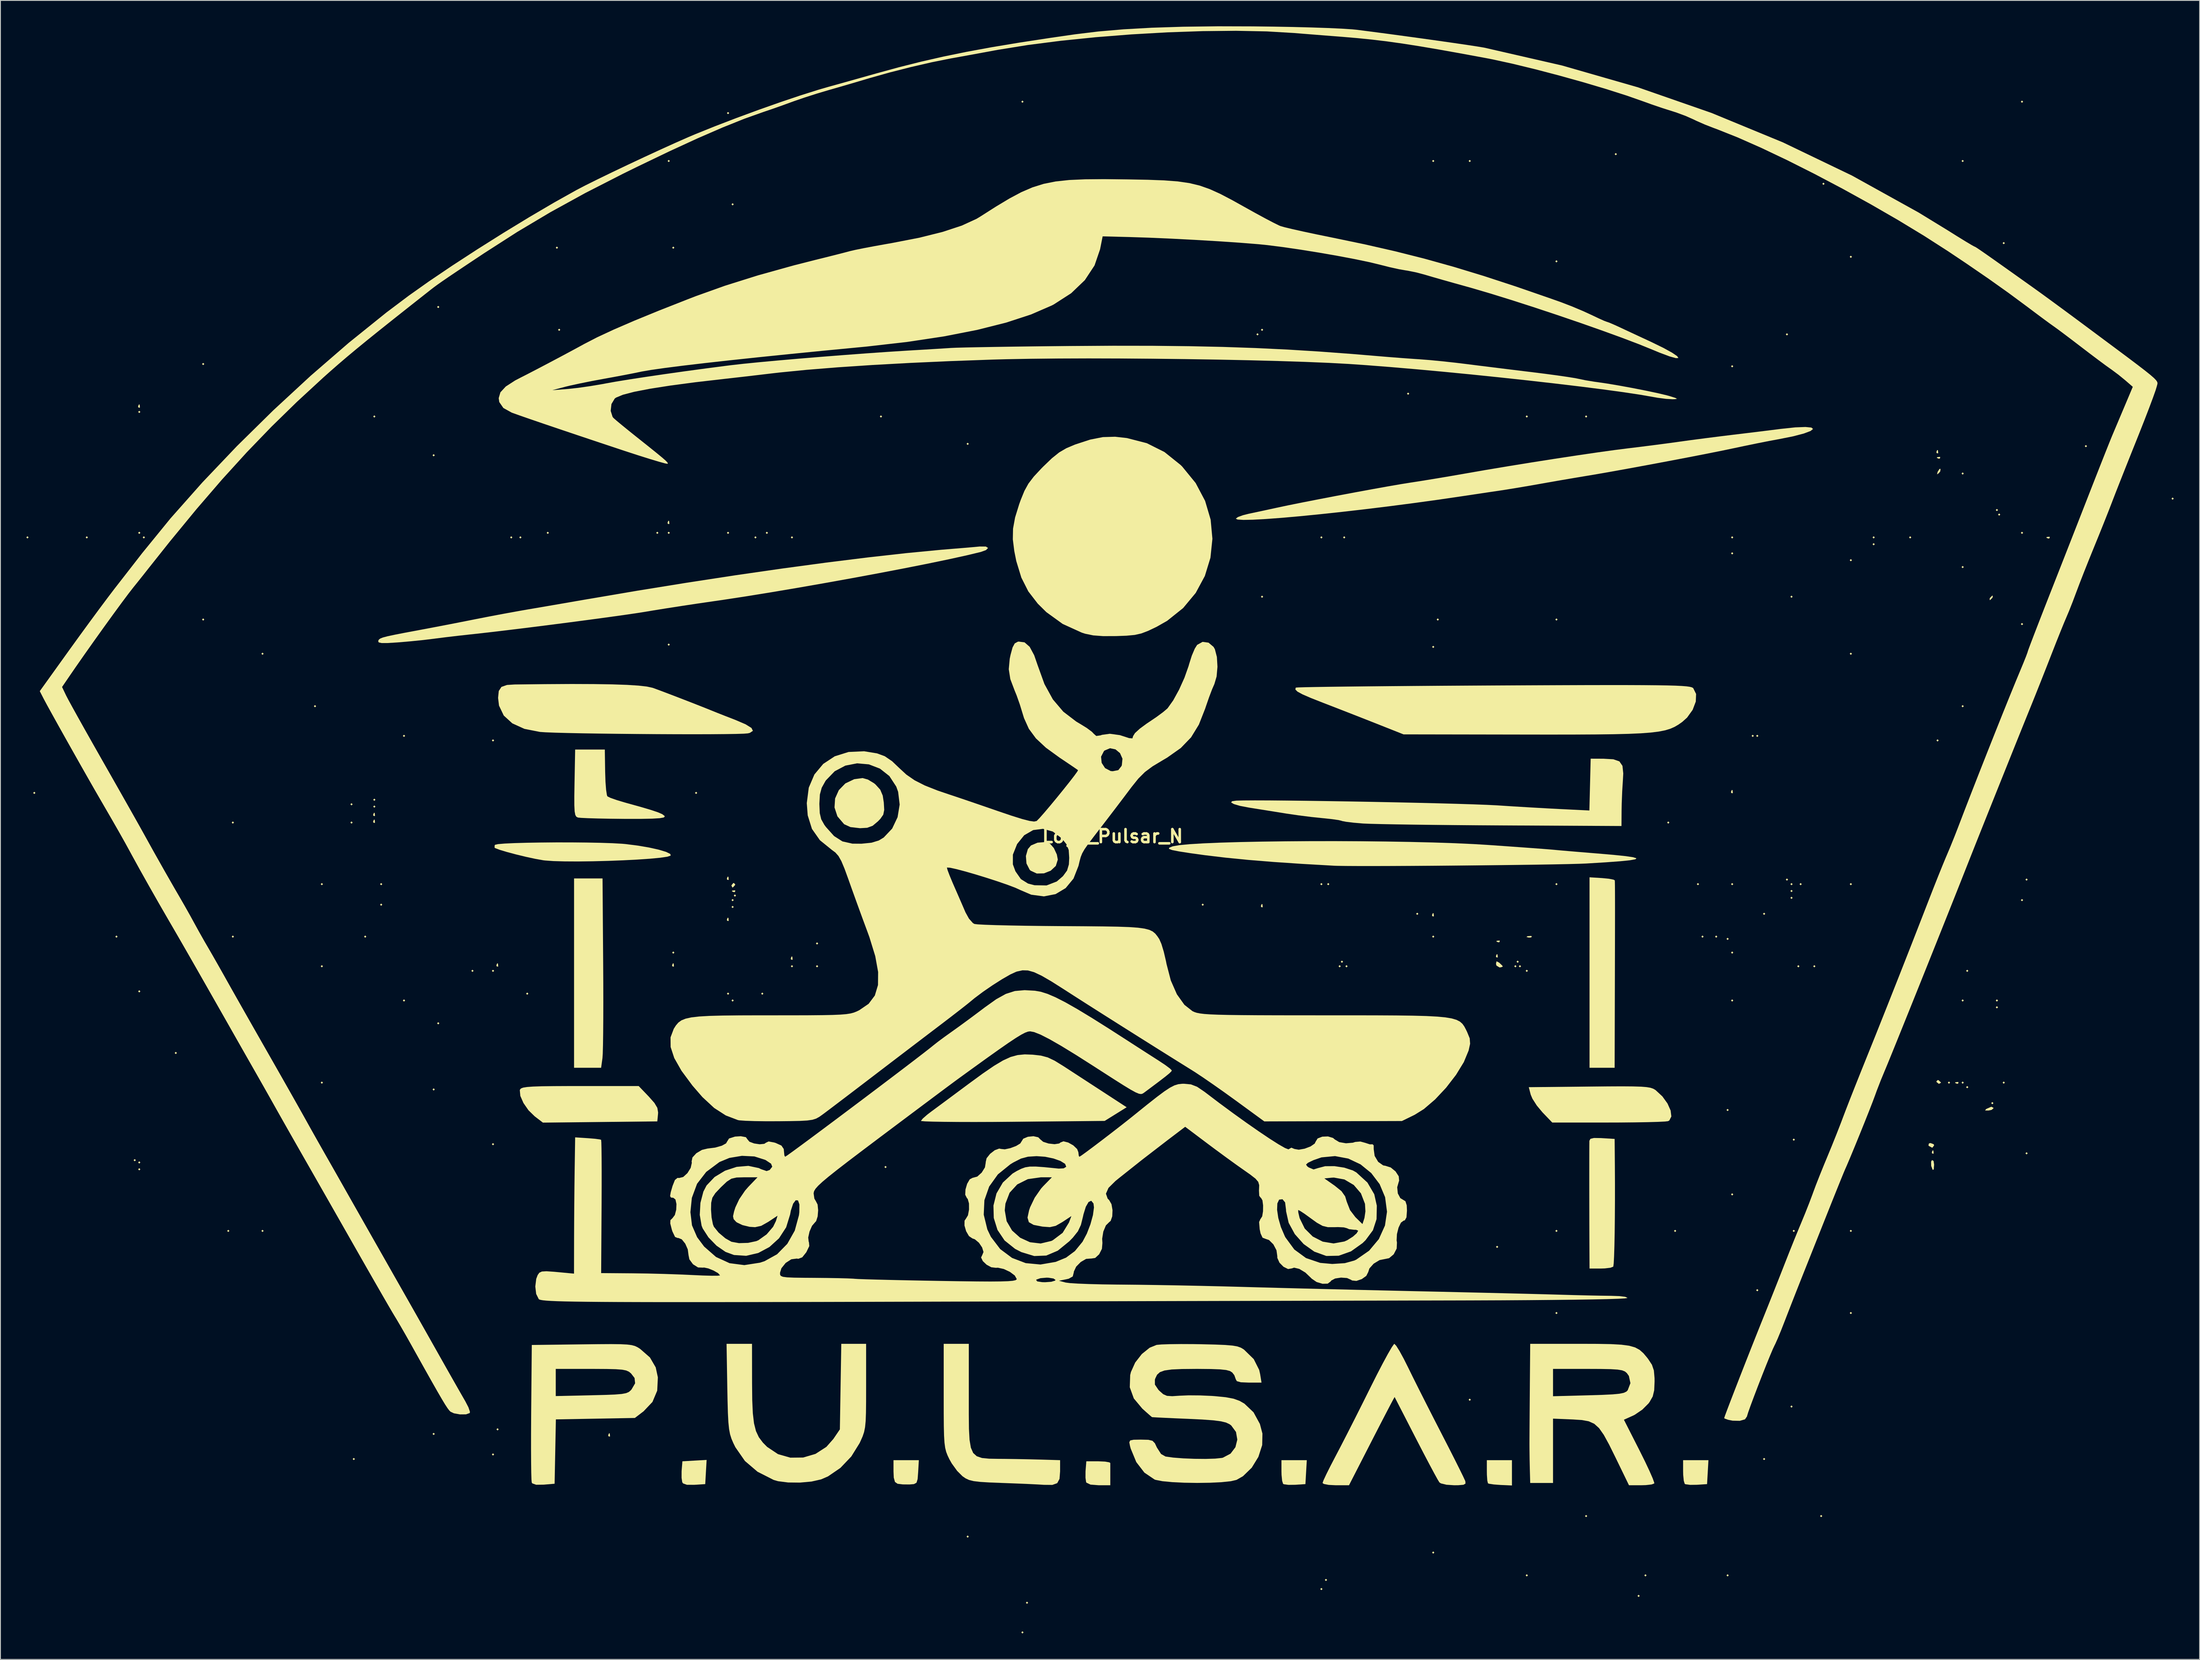
<source format=kicad_pcb>
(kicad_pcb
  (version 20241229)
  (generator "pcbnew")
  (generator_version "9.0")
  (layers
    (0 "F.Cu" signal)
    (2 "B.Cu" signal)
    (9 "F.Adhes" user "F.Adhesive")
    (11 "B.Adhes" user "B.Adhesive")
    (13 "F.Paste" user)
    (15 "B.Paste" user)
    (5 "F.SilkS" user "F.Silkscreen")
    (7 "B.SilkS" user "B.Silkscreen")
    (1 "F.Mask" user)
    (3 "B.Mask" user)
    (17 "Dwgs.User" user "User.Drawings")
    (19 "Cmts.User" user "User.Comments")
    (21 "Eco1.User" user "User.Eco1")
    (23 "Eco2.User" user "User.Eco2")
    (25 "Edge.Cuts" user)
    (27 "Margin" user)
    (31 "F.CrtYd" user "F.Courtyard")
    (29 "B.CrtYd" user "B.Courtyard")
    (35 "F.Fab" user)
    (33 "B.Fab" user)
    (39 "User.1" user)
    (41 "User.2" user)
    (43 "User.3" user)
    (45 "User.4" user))
  (footprint "Logo_Pulsar_N"
    (layer "F.Cu")
    (at 125.942 93.938)
    (property "Reference" "Logo_Pulsar_N" (at 0 0 0) (layer "F.SilkS") (effects (font (size 1.5 1.5) (thickness 0.3))))
    (attr board_only exclude_from_pos_files exclude_from_bom)
    (fp_poly (pts (xy -125.677 -34.66) (xy -125.809 -34.528) (xy -125.942 -34.66) (xy -125.809 -34.793)) (stroke (width 0) (type solid)) (fill yes) (layer "F.SilkS"))
    (fp_poly (pts (xy -124.883 -5.027) (xy -125.016 -4.895) (xy -125.148 -5.027) (xy -125.016 -5.159)) (stroke (width 0) (type solid)) (fill yes) (layer "F.SilkS"))
    (fp_poly (pts (xy -118.798 -34.66) (xy -118.93 -34.528) (xy -119.063 -34.66) (xy -118.93 -34.793)) (stroke (width 0) (type solid)) (fill yes) (layer "F.SilkS"))
    (fp_poly (pts (xy -115.358 11.642) (xy -115.491 11.774) (xy -115.623 11.642) (xy -115.491 11.509)) (stroke (width 0) (type solid)) (fill yes) (layer "F.SilkS"))
    (fp_poly (pts (xy -113.242 37.571) (xy -113.374 37.703) (xy -113.506 37.571) (xy -113.374 37.439)) (stroke (width 0) (type solid)) (fill yes) (layer "F.SilkS"))
    (fp_poly (pts (xy -112.713 -49.213) (xy -112.845 -49.08) (xy -112.977 -49.213) (xy -112.845 -49.345)) (stroke (width 0) (type solid)) (fill yes) (layer "F.SilkS"))
    (fp_poly (pts (xy -112.713 -35.19) (xy -112.845 -35.057) (xy -112.977 -35.19) (xy -112.845 -35.322)) (stroke (width 0) (type solid)) (fill yes) (layer "F.SilkS"))
    (fp_poly (pts (xy -112.713 17.992) (xy -112.845 18.124) (xy -112.977 17.992) (xy -112.845 17.859)) (stroke (width 0) (type solid)) (fill yes) (layer "F.SilkS"))
    (fp_poly (pts (xy -112.713 37.835) (xy -112.845 37.968) (xy -112.977 37.835) (xy -112.845 37.703)) (stroke (width 0) (type solid)) (fill yes) (layer "F.SilkS"))
    (fp_poly (pts (xy -112.713 38.629) (xy -112.845 38.761) (xy -112.977 38.629) (xy -112.845 38.497)) (stroke (width 0) (type solid)) (fill yes) (layer "F.SilkS"))
    (fp_poly (pts (xy -112.183 -34.66) (xy -112.316 -34.528) (xy -112.448 -34.66) (xy -112.316 -34.793)) (stroke (width 0) (type solid)) (fill yes) (layer "F.SilkS"))
    (fp_poly (pts (xy -108.479 25.135) (xy -108.611 25.268) (xy -108.744 25.135) (xy -108.611 25.003)) (stroke (width 0) (type solid)) (fill yes) (layer "F.SilkS"))
    (fp_poly (pts (xy -105.304 -54.769) (xy -105.436 -54.636) (xy -105.569 -54.769) (xy -105.436 -54.901)) (stroke (width 0) (type solid)) (fill yes) (layer "F.SilkS"))
    (fp_poly (pts (xy -105.304 -25.135) (xy -105.436 -25.003) (xy -105.569 -25.135) (xy -105.436 -25.268)) (stroke (width 0) (type solid)) (fill yes) (layer "F.SilkS"))
    (fp_poly (pts (xy -102.394 45.773) (xy -102.526 45.905) (xy -102.658 45.773) (xy -102.526 45.641)) (stroke (width 0) (type solid)) (fill yes) (layer "F.SilkS"))
    (fp_poly (pts (xy -101.865 -1.588) (xy -101.997 -1.455) (xy -102.129 -1.588) (xy -101.997 -1.72)) (stroke (width 0) (type solid)) (fill yes) (layer "F.SilkS"))
    (fp_poly (pts (xy -101.865 11.642) (xy -101.997 11.774) (xy -102.129 11.642) (xy -101.997 11.509)) (stroke (width 0) (type solid)) (fill yes) (layer "F.SilkS"))
    (fp_poly (pts (xy -98.425 -21.167) (xy -98.557 -21.034) (xy -98.69 -21.167) (xy -98.557 -21.299)) (stroke (width 0) (type solid)) (fill yes) (layer "F.SilkS"))
    (fp_poly (pts (xy -98.425 45.773) (xy -98.557 45.905) (xy -98.69 45.773) (xy -98.557 45.641)) (stroke (width 0) (type solid)) (fill yes) (layer "F.SilkS"))
    (fp_poly (pts (xy -92.34 -15.081) (xy -92.472 -14.949) (xy -92.604 -15.081) (xy -92.472 -15.214)) (stroke (width 0) (type solid)) (fill yes) (layer "F.SilkS"))
    (fp_poly (pts (xy -91.546 5.556) (xy -91.678 5.689) (xy -91.81 5.556) (xy -91.678 5.424)) (stroke (width 0) (type solid)) (fill yes) (layer "F.SilkS"))
    (fp_poly (pts (xy -91.546 15.081) (xy -91.678 15.214) (xy -91.81 15.081) (xy -91.678 14.949)) (stroke (width 0) (type solid)) (fill yes) (layer "F.SilkS"))
    (fp_poly (pts (xy -91.546 28.575) (xy -91.678 28.707) (xy -91.81 28.575) (xy -91.678 28.443)) (stroke (width 0) (type solid)) (fill yes) (layer "F.SilkS"))
    (fp_poly (pts (xy -88.106 -3.704) (xy -88.239 -3.572) (xy -88.371 -3.704) (xy -88.239 -3.836)) (stroke (width 0) (type solid)) (fill yes) (layer "F.SilkS"))
    (fp_poly (pts (xy -88.106 -1.588) (xy -88.239 -1.455) (xy -88.371 -1.588) (xy -88.239 -1.72)) (stroke (width 0) (type solid)) (fill yes) (layer "F.SilkS"))
    (fp_poly (pts (xy -87.842 72.231) (xy -87.974 72.364) (xy -88.106 72.231) (xy -87.974 72.099)) (stroke (width 0) (type solid)) (fill yes) (layer "F.SilkS"))
    (fp_poly (pts (xy -86.519 11.642) (xy -86.651 11.774) (xy -86.783 11.642) (xy -86.651 11.509)) (stroke (width 0) (type solid)) (fill yes) (layer "F.SilkS"))
    (fp_poly (pts (xy -85.46 -48.683) (xy -85.593 -48.551) (xy -85.725 -48.683) (xy -85.593 -48.816)) (stroke (width 0) (type solid)) (fill yes) (layer "F.SilkS"))
    (fp_poly (pts (xy -85.46 -4.233) (xy -85.593 -4.101) (xy -85.725 -4.233) (xy -85.593 -4.366)) (stroke (width 0) (type solid)) (fill yes) (layer "F.SilkS"))
    (fp_poly (pts (xy -85.46 -3.44) (xy -85.593 -3.307) (xy -85.725 -3.44) (xy -85.593 -3.572)) (stroke (width 0) (type solid)) (fill yes) (layer "F.SilkS"))
    (fp_poly (pts (xy -84.667 5.556) (xy -84.799 5.689) (xy -84.931 5.556) (xy -84.799 5.424)) (stroke (width 0) (type solid)) (fill yes) (layer "F.SilkS"))
    (fp_poly (pts (xy -84.667 7.937) (xy -84.799 8.07) (xy -84.931 7.937) (xy -84.799 7.805)) (stroke (width 0) (type solid)) (fill yes) (layer "F.SilkS"))
    (fp_poly (pts (xy -82.021 -11.642) (xy -82.153 -11.509) (xy -82.285 -11.642) (xy -82.153 -11.774)) (stroke (width 0) (type solid)) (fill yes) (layer "F.SilkS"))
    (fp_poly (pts (xy -82.021 19.05) (xy -82.153 19.182) (xy -82.285 19.05) (xy -82.153 18.918)) (stroke (width 0) (type solid)) (fill yes) (layer "F.SilkS"))
    (fp_poly (pts (xy -78.581 -44.185) (xy -78.714 -44.053) (xy -78.846 -44.185) (xy -78.714 -44.318)) (stroke (width 0) (type solid)) (fill yes) (layer "F.SilkS"))
    (fp_poly (pts (xy -78.581 29.369) (xy -78.714 29.501) (xy -78.846 29.369) (xy -78.714 29.236)) (stroke (width 0) (type solid)) (fill yes) (layer "F.SilkS"))
    (fp_poly (pts (xy -78.581 69.321) (xy -78.714 69.453) (xy -78.846 69.321) (xy -78.714 69.189)) (stroke (width 0) (type solid)) (fill yes) (layer "F.SilkS"))
    (fp_poly (pts (xy -78.052 -61.383) (xy -78.184 -61.251) (xy -78.317 -61.383) (xy -78.184 -61.516)) (stroke (width 0) (type solid)) (fill yes) (layer "F.SilkS"))
    (fp_poly (pts (xy -78.052 21.696) (xy -78.184 21.828) (xy -78.317 21.696) (xy -78.184 21.564)) (stroke (width 0) (type solid)) (fill yes) (layer "F.SilkS"))
    (fp_poly (pts (xy -74.083 15.61) (xy -74.216 15.743) (xy -74.348 15.61) (xy -74.216 15.478)) (stroke (width 0) (type solid)) (fill yes) (layer "F.SilkS"))
    (fp_poly (pts (xy -71.702 -11.113) (xy -71.834 -10.98) (xy -71.967 -11.113) (xy -71.834 -11.245)) (stroke (width 0) (type solid)) (fill yes) (layer "F.SilkS"))
    (fp_poly (pts (xy -71.702 15.61) (xy -71.834 15.743) (xy -71.967 15.61) (xy -71.834 15.478)) (stroke (width 0) (type solid)) (fill yes) (layer "F.SilkS"))
    (fp_poly (pts (xy -71.702 35.719) (xy -71.834 35.851) (xy -71.967 35.719) (xy -71.834 35.586)) (stroke (width 0) (type solid)) (fill yes) (layer "F.SilkS"))
    (fp_poly (pts (xy -71.702 71.702) (xy -71.834 71.834) (xy -71.967 71.702) (xy -71.834 71.57)) (stroke (width 0) (type solid)) (fill yes) (layer "F.SilkS"))
    (fp_poly (pts (xy -71.173 68.792) (xy -71.305 68.924) (xy -71.438 68.792) (xy -71.305 68.659)) (stroke (width 0) (type solid)) (fill yes) (layer "F.SilkS"))
    (fp_poly (pts (xy -69.585 -34.66) (xy -69.718 -34.528) (xy -69.85 -34.66) (xy -69.718 -34.793)) (stroke (width 0) (type solid)) (fill yes) (layer "F.SilkS"))
    (fp_poly (pts (xy -68.527 -34.66) (xy -68.659 -34.528) (xy -68.792 -34.66) (xy -68.659 -34.793)) (stroke (width 0) (type solid)) (fill yes) (layer "F.SilkS"))
    (fp_poly (pts (xy -67.733 18.256) (xy -67.866 18.389) (xy -67.998 18.256) (xy -67.866 18.124)) (stroke (width 0) (type solid)) (fill yes) (layer "F.SilkS"))
    (fp_poly (pts (xy -65.352 -35.19) (xy -65.484 -35.057) (xy -65.617 -35.19) (xy -65.484 -35.322)) (stroke (width 0) (type solid)) (fill yes) (layer "F.SilkS"))
    (fp_poly (pts (xy -64.294 -68.263) (xy -64.426 -68.13) (xy -64.558 -68.263) (xy -64.426 -68.395)) (stroke (width 0) (type solid)) (fill yes) (layer "F.SilkS"))
    (fp_poly (pts (xy -64.029 -58.737) (xy -64.161 -58.605) (xy -64.294 -58.737) (xy -64.161 -58.87)) (stroke (width 0) (type solid)) (fill yes) (layer "F.SilkS"))
    (fp_poly (pts (xy -52.652 -35.19) (xy -52.784 -35.057) (xy -52.917 -35.19) (xy -52.784 -35.322)) (stroke (width 0) (type solid)) (fill yes) (layer "F.SilkS"))
    (fp_poly (pts (xy -51.329 -78.317) (xy -51.461 -78.184) (xy -51.594 -78.317) (xy -51.461 -78.449)) (stroke (width 0) (type solid)) (fill yes) (layer "F.SilkS"))
    (fp_poly (pts (xy -51.329 -35.19) (xy -51.461 -35.057) (xy -51.594 -35.19) (xy -51.461 -35.322)) (stroke (width 0) (type solid)) (fill yes) (layer "F.SilkS"))
    (fp_poly (pts (xy -51.329 -22.225) (xy -51.461 -22.093) (xy -51.594 -22.225) (xy -51.461 -22.357)) (stroke (width 0) (type solid)) (fill yes) (layer "F.SilkS"))
    (fp_poly (pts (xy -50.8 -68.263) (xy -50.932 -68.13) (xy -51.065 -68.263) (xy -50.932 -68.395)) (stroke (width 0) (type solid)) (fill yes) (layer "F.SilkS"))
    (fp_poly (pts (xy -50.8 13.494) (xy -50.932 13.626) (xy -51.065 13.494) (xy -50.932 13.361)) (stroke (width 0) (type solid)) (fill yes) (layer "F.SilkS"))
    (fp_poly (pts (xy -48.154 -5.027) (xy -48.286 -4.895) (xy -48.419 -5.027) (xy -48.286 -5.159)) (stroke (width 0) (type solid)) (fill yes) (layer "F.SilkS"))
    (fp_poly (pts (xy -44.45 -83.873) (xy -44.582 -83.741) (xy -44.715 -83.873) (xy -44.582 -84.005)) (stroke (width 0) (type solid)) (fill yes) (layer "F.SilkS"))
    (fp_poly (pts (xy -44.45 -35.19) (xy -44.582 -35.057) (xy -44.715 -35.19) (xy -44.582 -35.322)) (stroke (width 0) (type solid)) (fill yes) (layer "F.SilkS"))
    (fp_poly (pts (xy -44.45 18.256) (xy -44.582 18.389) (xy -44.715 18.256) (xy -44.582 18.124)) (stroke (width 0) (type solid)) (fill yes) (layer "F.SilkS"))
    (fp_poly (pts (xy -43.921 -73.29) (xy -44.053 -73.157) (xy -44.185 -73.29) (xy -44.053 -73.422)) (stroke (width 0) (type solid)) (fill yes) (layer "F.SilkS"))
    (fp_poly (pts (xy -43.921 7.408) (xy -44.053 7.541) (xy -44.185 7.408) (xy -44.053 7.276)) (stroke (width 0) (type solid)) (fill yes) (layer "F.SilkS"))
    (fp_poly (pts (xy -43.921 8.202) (xy -44.053 8.334) (xy -44.185 8.202) (xy -44.053 8.07)) (stroke (width 0) (type solid)) (fill yes) (layer "F.SilkS"))
    (fp_poly (pts (xy -43.921 19.05) (xy -44.053 19.182) (xy -44.185 19.05) (xy -44.053 18.918)) (stroke (width 0) (type solid)) (fill yes) (layer "F.SilkS"))
    (fp_poly (pts (xy -43.656 6.879) (xy -43.789 7.011) (xy -43.921 6.879) (xy -43.789 6.747)) (stroke (width 0) (type solid)) (fill yes) (layer "F.SilkS"))
    (fp_poly (pts (xy -41.275 -34.66) (xy -41.407 -34.528) (xy -41.54 -34.66) (xy -41.407 -34.793)) (stroke (width 0) (type solid)) (fill yes) (layer "F.SilkS"))
    (fp_poly (pts (xy -40.481 18.256) (xy -40.614 18.389) (xy -40.746 18.256) (xy -40.614 18.124)) (stroke (width 0) (type solid)) (fill yes) (layer "F.SilkS"))
    (fp_poly (pts (xy -39.952 -35.19) (xy -40.084 -35.057) (xy -40.217 -35.19) (xy -40.084 -35.322)) (stroke (width 0) (type solid)) (fill yes) (layer "F.SilkS"))
    (fp_poly (pts (xy -37.042 -34.66) (xy -37.174 -34.528) (xy -37.306 -34.66) (xy -37.174 -34.793)) (stroke (width 0) (type solid)) (fill yes) (layer "F.SilkS"))
    (fp_poly (pts (xy -37.042 15.081) (xy -37.174 15.214) (xy -37.306 15.081) (xy -37.174 14.949)) (stroke (width 0) (type solid)) (fill yes) (layer "F.SilkS"))
    (fp_poly (pts (xy -34.131 12.435) (xy -34.264 12.568) (xy -34.396 12.435) (xy -34.264 12.303)) (stroke (width 0) (type solid)) (fill yes) (layer "F.SilkS"))
    (fp_poly (pts (xy -34.131 15.081) (xy -34.264 15.214) (xy -34.396 15.081) (xy -34.264 14.949)) (stroke (width 0) (type solid)) (fill yes) (layer "F.SilkS"))
    (fp_poly (pts (xy -26.723 -48.683) (xy -26.855 -48.551) (xy -26.988 -48.683) (xy -26.855 -48.816)) (stroke (width 0) (type solid)) (fill yes) (layer "F.SilkS"))
    (fp_poly (pts (xy -26.194 38.365) (xy -26.326 38.497) (xy -26.458 38.365) (xy -26.326 38.232)) (stroke (width 0) (type solid)) (fill yes) (layer "F.SilkS"))
    (fp_poly (pts (xy -16.669 -45.508) (xy -16.801 -45.376) (xy -16.933 -45.508) (xy -16.801 -45.641)) (stroke (width 0) (type solid)) (fill yes) (layer "F.SilkS"))
    (fp_poly (pts (xy -16.669 81.227) (xy -16.801 81.359) (xy -16.933 81.227) (xy -16.801 81.095)) (stroke (width 0) (type solid)) (fill yes) (layer "F.SilkS"))
    (fp_poly (pts (xy -10.319 -85.196) (xy -10.451 -85.064) (xy -10.583 -85.196) (xy -10.451 -85.328)) (stroke (width 0) (type solid)) (fill yes) (layer "F.SilkS"))
    (fp_poly (pts (xy -10.319 92.34) (xy -10.451 92.472) (xy -10.583 92.34) (xy -10.451 92.207)) (stroke (width 0) (type solid)) (fill yes) (layer "F.SilkS"))
    (fp_poly (pts (xy -9.79 88.9) (xy -9.922 89.032) (xy -10.054 88.9) (xy -9.922 88.768)) (stroke (width 0) (type solid)) (fill yes) (layer "F.SilkS"))
    (fp_poly (pts (xy 10.583 7.937) (xy 10.451 8.07) (xy 10.319 7.937) (xy 10.451 7.805)) (stroke (width 0) (type solid)) (fill yes) (layer "F.SilkS"))
    (fp_poly (pts (xy 16.933 -58.208) (xy 16.801 -58.076) (xy 16.669 -58.208) (xy 16.801 -58.341)) (stroke (width 0) (type solid)) (fill yes) (layer "F.SilkS"))
    (fp_poly (pts (xy 17.462 -58.737) (xy 17.33 -58.605) (xy 17.198 -58.737) (xy 17.33 -58.87)) (stroke (width 0) (type solid)) (fill yes) (layer "F.SilkS"))
    (fp_poly (pts (xy 17.462 -27.781) (xy 17.33 -27.649) (xy 17.198 -27.781) (xy 17.33 -27.914)) (stroke (width 0) (type solid)) (fill yes) (layer "F.SilkS"))
    (fp_poly (pts (xy 24.342 -34.66) (xy 24.209 -34.528) (xy 24.077 -34.66) (xy 24.209 -34.793)) (stroke (width 0) (type solid)) (fill yes) (layer "F.SilkS"))
    (fp_poly (pts (xy 24.342 5.556) (xy 24.209 5.689) (xy 24.077 5.556) (xy 24.209 5.424)) (stroke (width 0) (type solid)) (fill yes) (layer "F.SilkS"))
    (fp_poly (pts (xy 24.342 87.312) (xy 24.209 87.445) (xy 24.077 87.312) (xy 24.209 87.18)) (stroke (width 0) (type solid)) (fill yes) (layer "F.SilkS"))
    (fp_poly (pts (xy 24.871 86.254) (xy 24.739 86.386) (xy 24.606 86.254) (xy 24.739 86.122)) (stroke (width 0) (type solid)) (fill yes) (layer "F.SilkS"))
    (fp_poly (pts (xy 25.135 5.556) (xy 25.003 5.689) (xy 24.871 5.556) (xy 25.003 5.424)) (stroke (width 0) (type solid)) (fill yes) (layer "F.SilkS"))
    (fp_poly (pts (xy 26.458 15.081) (xy 26.326 15.214) (xy 26.194 15.081) (xy 26.326 14.949)) (stroke (width 0) (type solid)) (fill yes) (layer "F.SilkS"))
    (fp_poly (pts (xy 26.723 14.552) (xy 26.591 14.684) (xy 26.458 14.552) (xy 26.591 14.42)) (stroke (width 0) (type solid)) (fill yes) (layer "F.SilkS"))
    (fp_poly (pts (xy 26.987 -34.66) (xy 26.855 -34.528) (xy 26.723 -34.66) (xy 26.855 -34.793)) (stroke (width 0) (type solid)) (fill yes) (layer "F.SilkS"))
    (fp_poly (pts (xy 27.252 15.081) (xy 27.12 15.214) (xy 26.987 15.081) (xy 27.12 14.949)) (stroke (width 0) (type solid)) (fill yes) (layer "F.SilkS"))
    (fp_poly (pts (xy 34.396 -51.329) (xy 34.264 -51.197) (xy 34.131 -51.329) (xy 34.264 -51.461)) (stroke (width 0) (type solid)) (fill yes) (layer "F.SilkS"))
    (fp_poly (pts (xy 35.454 8.996) (xy 35.322 9.128) (xy 35.19 8.996) (xy 35.322 8.864)) (stroke (width 0) (type solid)) (fill yes) (layer "F.SilkS"))
    (fp_poly (pts (xy 37.306 -78.317) (xy 37.174 -78.184) (xy 37.042 -78.317) (xy 37.174 -78.449)) (stroke (width 0) (type solid)) (fill yes) (layer "F.SilkS"))
    (fp_poly (pts (xy 37.306 -21.96) (xy 37.174 -21.828) (xy 37.042 -21.96) (xy 37.174 -22.093)) (stroke (width 0) (type solid)) (fill yes) (layer "F.SilkS"))
    (fp_poly (pts (xy 37.306 11.642) (xy 37.174 11.774) (xy 37.042 11.642) (xy 37.174 11.509)) (stroke (width 0) (type solid)) (fill yes) (layer "F.SilkS"))
    (fp_poly (pts (xy 37.306 83.079) (xy 37.174 83.211) (xy 37.042 83.079) (xy 37.174 82.947)) (stroke (width 0) (type solid)) (fill yes) (layer "F.SilkS"))
    (fp_poly (pts (xy 37.835 -25.135) (xy 37.703 -25.003) (xy 37.571 -25.135) (xy 37.703 -25.268)) (stroke (width 0) (type solid)) (fill yes) (layer "F.SilkS"))
    (fp_poly (pts (xy 41.54 -78.317) (xy 41.407 -78.184) (xy 41.275 -78.317) (xy 41.407 -78.449)) (stroke (width 0) (type solid)) (fill yes) (layer "F.SilkS"))
    (fp_poly (pts (xy 41.54 65.352) (xy 41.407 65.484) (xy 41.275 65.352) (xy 41.407 65.22)) (stroke (width 0) (type solid)) (fill yes) (layer "F.SilkS"))
    (fp_poly (pts (xy 44.715 47.625) (xy 44.582 47.757) (xy 44.45 47.625) (xy 44.582 47.493)) (stroke (width 0) (type solid)) (fill yes) (layer "F.SilkS"))
    (fp_poly (pts (xy 46.831 15.081) (xy 46.699 15.214) (xy 46.567 15.081) (xy 46.699 14.949)) (stroke (width 0) (type solid)) (fill yes) (layer "F.SilkS"))
    (fp_poly (pts (xy 47.096 14.552) (xy 46.964 14.684) (xy 46.831 14.552) (xy 46.964 14.42)) (stroke (width 0) (type solid)) (fill yes) (layer "F.SilkS"))
    (fp_poly (pts (xy 47.36 15.081) (xy 47.228 15.214) (xy 47.096 15.081) (xy 47.228 14.949)) (stroke (width 0) (type solid)) (fill yes) (layer "F.SilkS"))
    (fp_poly (pts (xy 48.154 -48.683) (xy 48.022 -48.551) (xy 47.89 -48.683) (xy 48.022 -48.816)) (stroke (width 0) (type solid)) (fill yes) (layer "F.SilkS"))
    (fp_poly (pts (xy 48.154 15.61) (xy 48.022 15.743) (xy 47.89 15.61) (xy 48.022 15.478)) (stroke (width 0) (type solid)) (fill yes) (layer "F.SilkS"))
    (fp_poly (pts (xy 48.154 85.725) (xy 48.022 85.857) (xy 47.89 85.725) (xy 48.022 85.593)) (stroke (width 0) (type solid)) (fill yes) (layer "F.SilkS"))
    (fp_poly (pts (xy 51.594 -66.675) (xy 51.461 -66.543) (xy 51.329 -66.675) (xy 51.461 -66.807)) (stroke (width 0) (type solid)) (fill yes) (layer "F.SilkS"))
    (fp_poly (pts (xy 51.594 -25.135) (xy 51.461 -25.003) (xy 51.329 -25.135) (xy 51.461 -25.268)) (stroke (width 0) (type solid)) (fill yes) (layer "F.SilkS"))
    (fp_poly (pts (xy 51.594 5.556) (xy 51.461 5.689) (xy 51.329 5.556) (xy 51.461 5.424)) (stroke (width 0) (type solid)) (fill yes) (layer "F.SilkS"))
    (fp_poly (pts (xy 51.594 45.773) (xy 51.461 45.905) (xy 51.329 45.773) (xy 51.461 45.641)) (stroke (width 0) (type solid)) (fill yes) (layer "F.SilkS"))
    (fp_poly (pts (xy 51.594 55.298) (xy 51.461 55.43) (xy 51.329 55.298) (xy 51.461 55.166)) (stroke (width 0) (type solid)) (fill yes) (layer "F.SilkS"))
    (fp_poly (pts (xy 55.033 -48.683) (xy 54.901 -48.551) (xy 54.769 -48.683) (xy 54.901 -48.816)) (stroke (width 0) (type solid)) (fill yes) (layer "F.SilkS"))
    (fp_poly (pts (xy 55.033 78.846) (xy 54.901 78.978) (xy 54.769 78.846) (xy 54.901 78.714)) (stroke (width 0) (type solid)) (fill yes) (layer "F.SilkS"))
    (fp_poly (pts (xy 58.473 -79.11) (xy 58.341 -78.978) (xy 58.208 -79.11) (xy 58.341 -79.243)) (stroke (width 0) (type solid)) (fill yes) (layer "F.SilkS"))
    (fp_poly (pts (xy 61.119 88.106) (xy 60.986 88.239) (xy 60.854 88.106) (xy 60.986 87.974)) (stroke (width 0) (type solid)) (fill yes) (layer "F.SilkS"))
    (fp_poly (pts (xy 61.912 85.725) (xy 61.78 85.857) (xy 61.648 85.725) (xy 61.78 85.593)) (stroke (width 0) (type solid)) (fill yes) (layer "F.SilkS"))
    (fp_poly (pts (xy 64.558 -1.588) (xy 64.426 -1.455) (xy 64.294 -1.588) (xy 64.426 -1.72)) (stroke (width 0) (type solid)) (fill yes) (layer "F.SilkS"))
    (fp_poly (pts (xy 65.352 45.773) (xy 65.22 45.905) (xy 65.087 45.773) (xy 65.22 45.641)) (stroke (width 0) (type solid)) (fill yes) (layer "F.SilkS"))
    (fp_poly (pts (xy 67.998 5.556) (xy 67.866 5.689) (xy 67.733 5.556) (xy 67.866 5.424)) (stroke (width 0) (type solid)) (fill yes) (layer "F.SilkS"))
    (fp_poly (pts (xy 68.527 11.642) (xy 68.395 11.774) (xy 68.262 11.642) (xy 68.395 11.509)) (stroke (width 0) (type solid)) (fill yes) (layer "F.SilkS"))
    (fp_poly (pts (xy 70.115 11.642) (xy 69.982 11.774) (xy 69.85 11.642) (xy 69.982 11.509)) (stroke (width 0) (type solid)) (fill yes) (layer "F.SilkS"))
    (fp_poly (pts (xy 71.437 11.906) (xy 71.305 12.039) (xy 71.173 11.906) (xy 71.305 11.774)) (stroke (width 0) (type solid)) (fill yes) (layer "F.SilkS"))
    (fp_poly (pts (xy 71.437 31.75) (xy 71.305 31.882) (xy 71.173 31.75) (xy 71.305 31.618)) (stroke (width 0) (type solid)) (fill yes) (layer "F.SilkS"))
    (fp_poly (pts (xy 71.437 85.725) (xy 71.305 85.857) (xy 71.173 85.725) (xy 71.305 85.593)) (stroke (width 0) (type solid)) (fill yes) (layer "F.SilkS"))
    (fp_poly (pts (xy 71.967 -54.504) (xy 71.834 -54.372) (xy 71.702 -54.504) (xy 71.834 -54.636)) (stroke (width 0) (type solid)) (fill yes) (layer "F.SilkS"))
    (fp_poly (pts (xy 71.967 -34.66) (xy 71.834 -34.528) (xy 71.702 -34.66) (xy 71.834 -34.793)) (stroke (width 0) (type solid)) (fill yes) (layer "F.SilkS"))
    (fp_poly (pts (xy 71.967 -32.808) (xy 71.834 -32.676) (xy 71.702 -32.808) (xy 71.834 -32.941)) (stroke (width 0) (type solid)) (fill yes) (layer "F.SilkS"))
    (fp_poly (pts (xy 71.967 5.556) (xy 71.834 5.689) (xy 71.702 5.556) (xy 71.834 5.424)) (stroke (width 0) (type solid)) (fill yes) (layer "F.SilkS"))
    (fp_poly (pts (xy 71.967 13.494) (xy 71.834 13.626) (xy 71.702 13.494) (xy 71.834 13.361)) (stroke (width 0) (type solid)) (fill yes) (layer "F.SilkS"))
    (fp_poly (pts (xy 71.967 19.05) (xy 71.834 19.182) (xy 71.702 19.05) (xy 71.834 18.918)) (stroke (width 0) (type solid)) (fill yes) (layer "F.SilkS"))
    (fp_poly (pts (xy 71.967 41.54) (xy 71.834 41.672) (xy 71.702 41.54) (xy 71.834 41.407)) (stroke (width 0) (type solid)) (fill yes) (layer "F.SilkS"))
    (fp_poly (pts (xy 74.348 -11.642) (xy 74.216 -11.509) (xy 74.083 -11.642) (xy 74.216 -11.774)) (stroke (width 0) (type solid)) (fill yes) (layer "F.SilkS"))
    (fp_poly (pts (xy 74.877 -11.642) (xy 74.745 -11.509) (xy 74.612 -11.642) (xy 74.745 -11.774)) (stroke (width 0) (type solid)) (fill yes) (layer "F.SilkS"))
    (fp_poly (pts (xy 74.877 52.652) (xy 74.745 52.784) (xy 74.612 52.652) (xy 74.745 52.52)) (stroke (width 0) (type solid)) (fill yes) (layer "F.SilkS"))
    (fp_poly (pts (xy 75.671 8.996) (xy 75.539 9.128) (xy 75.406 8.996) (xy 75.539 8.864)) (stroke (width 0) (type solid)) (fill yes) (layer "F.SilkS"))
    (fp_poly (pts (xy 75.671 72.231) (xy 75.539 72.364) (xy 75.406 72.231) (xy 75.539 72.099)) (stroke (width 0) (type solid)) (fill yes) (layer "F.SilkS"))
    (fp_poly (pts (xy 78.317 -58.208) (xy 78.184 -58.076) (xy 78.052 -58.208) (xy 78.184 -58.341)) (stroke (width 0) (type solid)) (fill yes) (layer "F.SilkS"))
    (fp_poly (pts (xy 78.317 5.027) (xy 78.184 5.159) (xy 78.052 5.027) (xy 78.184 4.895)) (stroke (width 0) (type solid)) (fill yes) (layer "F.SilkS"))
    (fp_poly (pts (xy 78.846 -27.781) (xy 78.714 -27.649) (xy 78.581 -27.781) (xy 78.714 -27.914)) (stroke (width 0) (type solid)) (fill yes) (layer "F.SilkS"))
    (fp_poly (pts (xy 78.846 5.556) (xy 78.714 5.689) (xy 78.581 5.556) (xy 78.714 5.424)) (stroke (width 0) (type solid)) (fill yes) (layer "F.SilkS"))
    (fp_poly (pts (xy 78.846 6.35) (xy 78.714 6.482) (xy 78.581 6.35) (xy 78.714 6.218)) (stroke (width 0) (type solid)) (fill yes) (layer "F.SilkS"))
    (fp_poly (pts (xy 78.846 7.144) (xy 78.714 7.276) (xy 78.581 7.144) (xy 78.714 7.011)) (stroke (width 0) (type solid)) (fill yes) (layer "F.SilkS"))
    (fp_poly (pts (xy 78.846 66.146) (xy 78.714 66.278) (xy 78.581 66.146) (xy 78.714 66.014)) (stroke (width 0) (type solid)) (fill yes) (layer "F.SilkS"))
    (fp_poly (pts (xy 79.11 35.19) (xy 78.978 35.322) (xy 78.846 35.19) (xy 78.978 35.057)) (stroke (width 0) (type solid)) (fill yes) (layer "F.SilkS"))
    (fp_poly (pts (xy 79.11 45.773) (xy 78.978 45.905) (xy 78.846 45.773) (xy 78.978 45.641)) (stroke (width 0) (type solid)) (fill yes) (layer "F.SilkS"))
    (fp_poly (pts (xy 79.64 15.081) (xy 79.507 15.214) (xy 79.375 15.081) (xy 79.507 14.949)) (stroke (width 0) (type solid)) (fill yes) (layer "F.SilkS"))
    (fp_poly (pts (xy 79.904 5.556) (xy 79.772 5.689) (xy 79.64 5.556) (xy 79.772 5.424)) (stroke (width 0) (type solid)) (fill yes) (layer "F.SilkS"))
    (fp_poly (pts (xy 81.492 15.081) (xy 81.359 15.214) (xy 81.227 15.081) (xy 81.359 14.949)) (stroke (width 0) (type solid)) (fill yes) (layer "F.SilkS"))
    (fp_poly (pts (xy 82.285 78.846) (xy 82.153 78.978) (xy 82.021 78.846) (xy 82.153 78.714)) (stroke (width 0) (type solid)) (fill yes) (layer "F.SilkS"))
    (fp_poly (pts (xy 82.55 -75.671) (xy 82.418 -75.539) (xy 82.285 -75.671) (xy 82.418 -75.803)) (stroke (width 0) (type solid)) (fill yes) (layer "F.SilkS"))
    (fp_poly (pts (xy 85.725 -67.204) (xy 85.593 -67.072) (xy 85.46 -67.204) (xy 85.593 -67.336)) (stroke (width 0) (type solid)) (fill yes) (layer "F.SilkS"))
    (fp_poly (pts (xy 85.725 -32.015) (xy 85.593 -31.882) (xy 85.46 -32.015) (xy 85.593 -32.147)) (stroke (width 0) (type solid)) (fill yes) (layer "F.SilkS"))
    (fp_poly (pts (xy 85.725 -21.167) (xy 85.593 -21.034) (xy 85.46 -21.167) (xy 85.593 -21.299)) (stroke (width 0) (type solid)) (fill yes) (layer "F.SilkS"))
    (fp_poly (pts (xy 85.725 5.556) (xy 85.593 5.689) (xy 85.46 5.556) (xy 85.593 5.424)) (stroke (width 0) (type solid)) (fill yes) (layer "F.SilkS"))
    (fp_poly (pts (xy 85.725 45.773) (xy 85.593 45.905) (xy 85.46 45.773) (xy 85.593 45.641)) (stroke (width 0) (type solid)) (fill yes) (layer "F.SilkS"))
    (fp_poly (pts (xy 85.725 55.298) (xy 85.593 55.43) (xy 85.46 55.298) (xy 85.593 55.166)) (stroke (width 0) (type solid)) (fill yes) (layer "F.SilkS"))
    (fp_poly (pts (xy 88.371 -34.66) (xy 88.239 -34.528) (xy 88.106 -34.66) (xy 88.239 -34.793)) (stroke (width 0) (type solid)) (fill yes) (layer "F.SilkS"))
    (fp_poly (pts (xy 88.371 -33.867) (xy 88.239 -33.734) (xy 88.106 -33.867) (xy 88.239 -33.999)) (stroke (width 0) (type solid)) (fill yes) (layer "F.SilkS"))
    (fp_poly (pts (xy 92.604 -34.66) (xy 92.472 -34.528) (xy 92.34 -34.66) (xy 92.472 -34.793)) (stroke (width 0) (type solid)) (fill yes) (layer "F.SilkS"))
    (fp_poly (pts (xy 95.779 -11.113) (xy 95.647 -10.98) (xy 95.515 -11.113) (xy 95.647 -11.245)) (stroke (width 0) (type solid)) (fill yes) (layer "F.SilkS"))
    (fp_poly (pts (xy 97.102 28.575) (xy 96.97 28.707) (xy 96.837 28.575) (xy 96.97 28.443)) (stroke (width 0) (type solid)) (fill yes) (layer "F.SilkS"))
    (fp_poly (pts (xy 98.69 -78.317) (xy 98.557 -78.184) (xy 98.425 -78.317) (xy 98.557 -78.449)) (stroke (width 0) (type solid)) (fill yes) (layer "F.SilkS"))
    (fp_poly (pts (xy 98.69 -42.069) (xy 98.557 -41.936) (xy 98.425 -42.069) (xy 98.557 -42.201)) (stroke (width 0) (type solid)) (fill yes) (layer "F.SilkS"))
    (fp_poly (pts (xy 98.69 -31.221) (xy 98.557 -31.089) (xy 98.425 -31.221) (xy 98.557 -31.353)) (stroke (width 0) (type solid)) (fill yes) (layer "F.SilkS"))
    (fp_poly (pts (xy 98.69 -15.081) (xy 98.557 -14.949) (xy 98.425 -15.081) (xy 98.557 -15.214)) (stroke (width 0) (type solid)) (fill yes) (layer "F.SilkS"))
    (fp_poly (pts (xy 98.69 19.05) (xy 98.557 19.182) (xy 98.425 19.05) (xy 98.557 18.918)) (stroke (width 0) (type solid)) (fill yes) (layer "F.SilkS"))
    (fp_poly (pts (xy 98.69 28.575) (xy 98.557 28.707) (xy 98.425 28.575) (xy 98.557 28.443)) (stroke (width 0) (type solid)) (fill yes) (layer "F.SilkS"))
    (fp_poly (pts (xy 99.219 15.61) (xy 99.086 15.743) (xy 98.954 15.61) (xy 99.086 15.478)) (stroke (width 0) (type solid)) (fill yes) (layer "F.SilkS"))
    (fp_poly (pts (xy 99.219 29.104) (xy 99.086 29.236) (xy 98.954 29.104) (xy 99.086 28.972)) (stroke (width 0) (type solid)) (fill yes) (layer "F.SilkS"))
    (fp_poly (pts (xy 102.129 30.956) (xy 101.997 31.089) (xy 101.865 30.956) (xy 101.997 30.824)) (stroke (width 0) (type solid)) (fill yes) (layer "F.SilkS"))
    (fp_poly (pts (xy 102.658 -37.835) (xy 102.526 -37.703) (xy 102.394 -37.835) (xy 102.526 -37.968)) (stroke (width 0) (type solid)) (fill yes) (layer "F.SilkS"))
    (fp_poly (pts (xy 102.658 19.05) (xy 102.526 19.182) (xy 102.394 19.05) (xy 102.526 18.918)) (stroke (width 0) (type solid)) (fill yes) (layer "F.SilkS"))
    (fp_poly (pts (xy 102.658 19.844) (xy 102.526 19.976) (xy 102.394 19.844) (xy 102.526 19.711)) (stroke (width 0) (type solid)) (fill yes) (layer "F.SilkS"))
    (fp_poly (pts (xy 102.923 -37.306) (xy 102.791 -37.174) (xy 102.658 -37.306) (xy 102.791 -37.439)) (stroke (width 0) (type solid)) (fill yes) (layer "F.SilkS"))
    (fp_poly (pts (xy 103.452 -68.792) (xy 103.32 -68.659) (xy 103.187 -68.792) (xy 103.32 -68.924)) (stroke (width 0) (type solid)) (fill yes) (layer "F.SilkS"))
    (fp_poly (pts (xy 103.452 28.575) (xy 103.32 28.707) (xy 103.187 28.575) (xy 103.32 28.443)) (stroke (width 0) (type solid)) (fill yes) (layer "F.SilkS"))
    (fp_poly (pts (xy 105.569 -85.196) (xy 105.436 -85.064) (xy 105.304 -85.196) (xy 105.436 -85.328)) (stroke (width 0) (type solid)) (fill yes) (layer "F.SilkS"))
    (fp_poly (pts (xy 105.569 -35.19) (xy 105.436 -35.057) (xy 105.304 -35.19) (xy 105.436 -35.322)) (stroke (width 0) (type solid)) (fill yes) (layer "F.SilkS"))
    (fp_poly (pts (xy 105.569 -24.606) (xy 105.436 -24.474) (xy 105.304 -24.606) (xy 105.436 -24.739)) (stroke (width 0) (type solid)) (fill yes) (layer "F.SilkS"))
    (fp_poly (pts (xy 105.569 7.408) (xy 105.436 7.541) (xy 105.304 7.408) (xy 105.436 7.276)) (stroke (width 0) (type solid)) (fill yes) (layer "F.SilkS"))
    (fp_poly (pts (xy 106.098 5.027) (xy 105.966 5.159) (xy 105.833 5.027) (xy 105.966 4.895)) (stroke (width 0) (type solid)) (fill yes) (layer "F.SilkS"))
    (fp_poly (pts (xy 106.098 36.777) (xy 105.966 36.909) (xy 105.833 36.777) (xy 105.966 36.645)) (stroke (width 0) (type solid)) (fill yes) (layer "F.SilkS"))
    (fp_poly (pts (xy 112.977 -45.244) (xy 112.845 -45.111) (xy 112.712 -45.244) (xy 112.845 -45.376)) (stroke (width 0) (type solid)) (fill yes) (layer "F.SilkS"))
    (fp_poly (pts (xy 123.031 -39.158) (xy 122.899 -39.026) (xy 122.767 -39.158) (xy 122.899 -39.291)) (stroke (width 0) (type solid)) (fill yes) (layer "F.SilkS"))
    (fp_poly (pts (xy -112.801 -50.05) (xy -112.769 -49.736) (xy -112.801 -49.698) (xy -112.958 -49.734) (xy -112.977 -49.874) (xy -112.88 -50.092)) (stroke (width 0) (type solid)) (fill yes) (layer "F.SilkS"))
    (fp_poly (pts (xy -85.549 -2.69) (xy -85.517 -2.376) (xy -85.549 -2.337) (xy -85.706 -2.373) (xy -85.725 -2.514) (xy -85.628 -2.731)) (stroke (width 0) (type solid)) (fill yes) (layer "F.SilkS"))
    (fp_poly (pts (xy -85.549 -1.896) (xy -85.517 -1.582) (xy -85.549 -1.543) (xy -85.706 -1.58) (xy -85.725 -1.72) (xy -85.628 -1.938)) (stroke (width 0) (type solid)) (fill yes) (layer "F.SilkS"))
    (fp_poly (pts (xy -71.261 14.773) (xy -71.229 15.087) (xy -71.261 15.125) (xy -71.418 15.089) (xy -71.438 14.949) (xy -71.341 14.731)) (stroke (width 0) (type solid)) (fill yes) (layer "F.SilkS"))
    (fp_poly (pts (xy -58.297 69.277) (xy -58.265 69.591) (xy -58.297 69.63) (xy -58.454 69.593) (xy -58.473 69.453) (xy -58.376 69.235)) (stroke (width 0) (type solid)) (fill yes) (layer "F.SilkS"))
    (fp_poly (pts (xy -51.417 -36.557) (xy -51.386 -36.243) (xy -51.417 -36.204) (xy -51.575 -36.24) (xy -51.594 -36.38) (xy -51.497 -36.598)) (stroke (width 0) (type solid)) (fill yes) (layer "F.SilkS"))
    (fp_poly (pts (xy -50.888 14.773) (xy -50.857 15.087) (xy -50.888 15.125) (xy -51.045 15.089) (xy -51.065 14.949) (xy -50.968 14.731)) (stroke (width 0) (type solid)) (fill yes) (layer "F.SilkS"))
    (fp_poly (pts (xy -44.538 4.718) (xy -44.507 5.032) (xy -44.538 5.071) (xy -44.695 5.035) (xy -44.715 4.895) (xy -44.618 4.677)) (stroke (width 0) (type solid)) (fill yes) (layer "F.SilkS"))
    (fp_poly (pts (xy -44.538 9.481) (xy -44.507 9.795) (xy -44.538 9.834) (xy -44.695 9.797) (xy -44.715 9.657) (xy -44.618 9.44)) (stroke (width 0) (type solid)) (fill yes) (layer "F.SilkS"))
    (fp_poly (pts (xy -43.744 6.306) (xy -43.781 6.463) (xy -43.921 6.482) (xy -44.139 6.385) (xy -44.097 6.306) (xy -43.783 6.274)) (stroke (width 0) (type solid)) (fill yes) (layer "F.SilkS"))
    (fp_poly (pts (xy -37.13 13.979) (xy -37.098 14.293) (xy -37.13 14.332) (xy -37.287 14.295) (xy -37.306 14.155) (xy -37.209 13.937)) (stroke (width 0) (type solid)) (fill yes) (layer "F.SilkS"))
    (fp_poly (pts (xy 17.374 7.893) (xy 17.406 8.207) (xy 17.374 8.246) (xy 17.217 8.21) (xy 17.198 8.07) (xy 17.295 7.852)) (stroke (width 0) (type solid)) (fill yes) (layer "F.SilkS"))
    (fp_poly (pts (xy 37.218 8.952) (xy 37.25 9.266) (xy 37.218 9.305) (xy 37.061 9.268) (xy 37.042 9.128) (xy 37.138 8.91)) (stroke (width 0) (type solid)) (fill yes) (layer "F.SilkS"))
    (fp_poly (pts (xy 44.626 13.714) (xy 44.658 14.028) (xy 44.626 14.067) (xy 44.469 14.031) (xy 44.45 13.891) (xy 44.547 13.673)) (stroke (width 0) (type solid)) (fill yes) (layer "F.SilkS"))
    (fp_poly (pts (xy 44.891 12.127) (xy 44.855 12.284) (xy 44.715 12.303) (xy 44.497 12.206) (xy 44.538 12.127) (xy 44.852 12.095)) (stroke (width 0) (type solid)) (fill yes) (layer "F.SilkS"))
    (fp_poly (pts (xy 48.612 11.614) (xy 48.533 11.734) (xy 48.264 11.753) (xy 47.982 11.688) (xy 48.105 11.593) (xy 48.518 11.562)) (stroke (width 0) (type solid)) (fill yes) (layer "F.SilkS"))
    (fp_poly (pts (xy 71.878 -5.336) (xy 71.91 -5.022) (xy 71.878 -4.983) (xy 71.721 -5.019) (xy 71.702 -5.159) (xy 71.799 -5.377)) (stroke (width 0) (type solid)) (fill yes) (layer "F.SilkS"))
    (fp_poly (pts (xy 95.162 36.468) (xy 95.193 36.782) (xy 95.162 36.821) (xy 95.005 36.785) (xy 94.985 36.645) (xy 95.082 36.427)) (stroke (width 0) (type solid)) (fill yes) (layer "F.SilkS"))
    (fp_poly (pts (xy 95.691 -44.759) (xy 95.723 -44.445) (xy 95.691 -44.406) (xy 95.534 -44.442) (xy 95.515 -44.582) (xy 95.611 -44.8)) (stroke (width 0) (type solid)) (fill yes) (layer "F.SilkS"))
    (fp_poly (pts (xy 95.956 -43.965) (xy 95.919 -43.808) (xy 95.779 -43.789) (xy 95.561 -43.885) (xy 95.603 -43.965) (xy 95.917 -43.997)) (stroke (width 0) (type solid)) (fill yes) (layer "F.SilkS"))
    (fp_poly (pts (xy 98.072 28.531) (xy 98.036 28.688) (xy 97.896 28.707) (xy 97.678 28.61) (xy 97.719 28.531) (xy 98.033 28.499)) (stroke (width 0) (type solid)) (fill yes) (layer "F.SilkS"))
    (fp_poly (pts (xy 108.656 -34.705) (xy 108.619 -34.547) (xy 108.479 -34.528) (xy 108.261 -34.625) (xy 108.303 -34.705) (xy 108.617 -34.736)) (stroke (width 0) (type solid)) (fill yes) (layer "F.SilkS"))
    (fp_poly (pts (xy 95.963 -42.325) (xy 95.812 -42.13) (xy 95.59 -41.963) (xy 95.645 -42.228) (xy 95.664 -42.279) (xy 95.873 -42.603) (xy 95.993 -42.605)) (stroke (width 0) (type solid)) (fill yes) (layer "F.SilkS"))
    (fp_poly (pts (xy -43.747 5.586) (xy -43.789 5.689) (xy -44.026 5.941) (xy -44.069 5.953) (xy -44.182 5.748) (xy -44.185 5.689) (xy -43.982 5.434) (xy -43.905 5.424)) (stroke (width 0) (type solid)) (fill yes) (layer "F.SilkS"))
    (fp_poly (pts (xy 95.186 37.664) (xy 95.25 38.084) (xy 95.204 38.645) (xy 95.082 38.698) (xy 94.909 38.234) (xy 94.909 38.233) (xy 94.897 37.741) (xy 95.01 37.555)) (stroke (width 0) (type solid)) (fill yes) (layer "F.SilkS"))
    (fp_poly (pts (xy 95.2 35.725) (xy 95.25 35.851) (xy 95.06 36.108) (xy 95.001 36.116) (xy 94.643 35.923) (xy 94.589 35.851) (xy 94.649 35.625) (xy 94.838 35.586)) (stroke (width 0) (type solid)) (fill yes) (layer "F.SilkS"))
    (fp_poly (pts (xy 95.779 28.31) (xy 96.032 28.548) (xy 96.044 28.591) (xy 95.839 28.704) (xy 95.779 28.707) (xy 95.525 28.504) (xy 95.515 28.427) (xy 95.677 28.269)) (stroke (width 0) (type solid)) (fill yes) (layer "F.SilkS"))
    (fp_poly (pts (xy 102.046 -27.743) (xy 101.997 -27.649) (xy 101.748 -27.396) (xy 101.701 -27.384) (xy 101.683 -27.555) (xy 101.732 -27.649) (xy 101.982 -27.902) (xy 102.028 -27.914)) (stroke (width 0) (type solid)) (fill yes) (layer "F.SilkS"))
    (fp_poly (pts (xy 102.122 31.494) (xy 102.129 31.561) (xy 101.904 31.742) (xy 101.537 31.814) (xy 101.159 31.807) (xy 101.261 31.661) (xy 101.339 31.61) (xy 101.877 31.372)) (stroke (width 0) (type solid)) (fill yes) (layer "F.SilkS"))
    (fp_poly (pts (xy 44.808 14.653) (xy 44.847 14.684) (xy 45.176 15.001) (xy 45.244 15.114) (xy 45.028 15.203) (xy 44.847 15.214) (xy 44.504 14.999) (xy 44.45 14.784) (xy 44.52 14.504)) (stroke (width 0) (type solid)) (fill yes) (layer "F.SilkS"))
    (fp_poly (pts (xy -47.148 73.738) (xy -47.228 75.142) (xy -48.488 75.222) (xy -49.351 75.221) (xy -49.799 75.06) (xy -49.894 74.92) (xy -49.97 74.415) (xy -49.968 73.665) (xy -49.958 73.516) (xy -49.874 72.496) (xy -48.471 72.415) (xy -47.067 72.335)) (stroke (width 0) (type solid)) (fill yes) (layer "F.SilkS"))
    (fp_poly (pts (xy 22.437 73.753) (xy 22.357 75.142) (xy 21.157 75.22) (xy 20.396 75.229) (xy 19.871 75.16) (xy 19.768 75.11) (xy 19.657 74.754) (xy 19.589 74.063) (xy 19.579 73.642) (xy 19.579 72.364) (xy 21.048 72.364) (xy 22.517 72.364)) (stroke (width 0) (type solid)) (fill yes) (layer "F.SilkS"))
    (fp_poly (pts (xy 46.302 73.832) (xy 46.302 75.3) (xy 44.976 75.24) (xy 44.189 75.181) (xy 43.649 75.099) (xy 43.521 75.05) (xy 43.445 74.732) (xy 43.399 74.068) (xy 43.392 73.642) (xy 43.392 72.364) (xy 44.847 72.364) (xy 46.302 72.364)) (stroke (width 0) (type solid)) (fill yes) (layer "F.SilkS"))
    (fp_poly (pts (xy 69.004 73.753) (xy 68.924 75.142) (xy 67.723 75.22) (xy 66.962 75.229) (xy 66.438 75.16) (xy 66.334 75.11) (xy 66.224 74.754) (xy 66.156 74.063) (xy 66.146 73.642) (xy 66.146 72.364) (xy 67.615 72.364) (xy 69.084 72.364)) (stroke (width 0) (type solid)) (fill yes) (layer "F.SilkS"))
    (fp_poly (pts (xy -22.542 73.753) (xy -22.603 74.561) (xy -22.732 74.977) (xy -23.022 75.139) (xy -23.548 75.183) (xy -24.318 75.176) (xy -24.917 75.103) (xy -24.937 75.098) (xy -25.229 74.891) (xy -25.369 74.395) (xy -25.4 73.667) (xy -25.4 72.364) (xy -23.931 72.364) (xy -22.462 72.364)) (stroke (width 0) (type solid)) (fill yes) (layer "F.SilkS"))
    (fp_poly (pts (xy -60.785 4.895) (xy -59.134 4.895) (xy -59.061 14.751) (xy -59.048 17.033) (xy -59.044 19.189) (xy -59.049 21.152) (xy -59.062 22.855) (xy -59.082 24.231) (xy -59.109 25.212) (xy -59.143 25.73) (xy -59.143 25.731) (xy -59.299 26.855) (xy -60.868 26.855) (xy -62.436 26.855) (xy -62.436 15.875) (xy -62.435 4.895)) (stroke (width 0) (type solid)) (fill yes) (layer "F.SilkS"))
    (fp_poly (pts (xy -7.25 0.864) (xy -6.808 1.374) (xy -6.462 2.118) (xy -6.35 2.711) (xy -6.581 3.443) (xy -7.169 3.993) (xy -7.956 4.306) (xy -8.787 4.325) (xy -9.502 3.993) (xy -9.616 3.882) (xy -9.984 3.16) (xy -10.05 2.292) (xy -9.825 1.497) (xy -9.466 1.073) (xy -8.703 0.748) (xy -7.862 0.679)) (stroke (width 0) (type solid)) (fill yes) (layer "F.SilkS"))
    (fp_poly (pts (xy -0.877 72.53) (xy -0.373 72.618) (xy -0.265 72.694) (xy -0.265 73.06) (xy -0.265 73.748) (xy -0.265 74.083) (xy -0.265 75.274) (xy -1.596 75.274) (xy -2.561 75.199) (xy -3.032 74.971) (xy -3.069 74.905) (xy -3.141 74.411) (xy -3.137 73.667) (xy -3.126 73.516) (xy -3.043 72.496) (xy -1.654 72.496)) (stroke (width 0) (type solid)) (fill yes) (layer "F.SilkS"))
    (fp_poly (pts (xy 56.753 4.853) (xy 57.554 4.931) (xy 58.09 5.038) (xy 58.226 5.118) (xy 58.236 5.323) (xy 58.243 5.751) (xy 58.248 6.44) (xy 58.251 7.43) (xy 58.252 8.761) (xy 58.25 10.472) (xy 58.246 12.602) (xy 58.24 15.191) (xy 58.234 17.529) (xy 58.208 26.855) (xy 56.753 26.855) (xy 55.298 26.855) (xy 55.298 15.809) (xy 55.297 4.762)) (stroke (width 0) (type solid)) (fill yes) (layer "F.SilkS"))
    (fp_poly (pts (xy -28.366 -6.574) (xy -27.659 -6.146) (xy -27.487 -6.004) (xy -26.939 -5.402) (xy -26.648 -4.714) (xy -26.524 -3.899) (xy -26.476 -3.053) (xy -26.586 -2.502) (xy -26.923 -2.019) (xy -27.199 -1.732) (xy -27.816 -1.213) (xy -28.45 -0.98) (xy -29.282 -0.932) (xy -30.39 -1.061) (xy -31.124 -1.395) (xy -31.903 -2.308) (xy -32.239 -3.337) (xy -32.172 -4.382) (xy -31.741 -5.344) (xy -30.986 -6.123) (xy -29.947 -6.62) (xy -28.985 -6.747)) (stroke (width 0) (type solid)) (fill yes) (layer "F.SilkS"))
    (fp_poly (pts (xy -53.782 30.183) (xy -53.117 30.935) (xy -52.78 31.502) (xy -52.691 32.039) (xy -52.703 32.234) (xy -52.784 33.073) (xy -59.417 33.144) (xy -66.049 33.214) (xy -67.005 32.482) (xy -67.72 31.783) (xy -68.302 30.944) (xy -68.665 30.118) (xy -68.725 29.46) (xy -68.701 29.383) (xy -68.596 29.256) (xy -68.348 29.158) (xy -67.899 29.085) (xy -67.189 29.033) (xy -66.159 28.999) (xy -64.75 28.981) (xy -62.902 28.973) (xy -61.743 28.972) (xy -54.943 28.972)) (stroke (width 0) (type solid)) (fill yes) (layer "F.SilkS"))
    (fp_poly (pts (xy 60.327 29.017) (xy 61.255 29.045) (xy 61.914 29.097) (xy 62.368 29.174) (xy 62.684 29.282) (xy 62.925 29.423) (xy 62.968 29.455) (xy 63.746 30.176) (xy 64.337 30.996) (xy 64.698 31.807) (xy 64.784 32.499) (xy 64.551 32.963) (xy 64.404 33.045) (xy 64.032 33.089) (xy 63.208 33.129) (xy 62.011 33.162) (xy 60.517 33.187) (xy 58.805 33.202) (xy 57.48 33.205) (xy 50.974 33.205) (xy 49.837 32.019) (xy 49.181 31.232) (xy 48.675 30.438) (xy 48.477 29.969) (xy 48.253 29.104) (xy 55.278 29.034) (xy 57.403 29.015) (xy 59.065 29.008)) (stroke (width 0) (type solid)) (fill yes) (layer "F.SilkS"))
    (fp_poly (pts (xy 56.628 35.008) (xy 56.753 35.016) (xy 58.208 35.106) (xy 58.235 38.191) (xy 58.246 40.259) (xy 58.245 42.296) (xy 58.233 44.23) (xy 58.212 45.993) (xy 58.182 47.513) (xy 58.144 48.72) (xy 58.101 49.543) (xy 58.052 49.912) (xy 58.048 49.919) (xy 57.726 50.046) (xy 57.058 50.125) (xy 56.605 50.139) (xy 55.298 50.139) (xy 55.286 47.823) (xy 55.28 46.453) (xy 55.275 44.876) (xy 55.272 43.18) (xy 55.269 41.453) (xy 55.268 39.782) (xy 55.269 38.255) (xy 55.27 36.96) (xy 55.273 35.984) (xy 55.278 35.415) (xy 55.28 35.322) (xy 55.402 35.093) (xy 55.815 34.996)) (stroke (width 0) (type solid)) (fill yes) (layer "F.SilkS"))
    (fp_poly (pts (xy -58.831 -7.449) (xy -58.793 -6.316) (xy -58.721 -5.384) (xy -58.628 -4.778) (xy -58.566 -4.622) (xy -58.217 -4.45) (xy -57.498 -4.197) (xy -56.551 -3.912) (xy -56.356 -3.858) (xy -54.713 -3.401) (xy -53.518 -3.048) (xy -52.705 -2.774) (xy -52.21 -2.558) (xy -51.965 -2.375) (xy -51.916 -2.29) (xy -52.033 -2.175) (xy -52.501 -2.093) (xy -53.363 -2.04) (xy -54.662 -2.014) (xy -56.442 -2.014) (xy -56.665 -2.015) (xy -58.242 -2.031) (xy -59.657 -2.058) (xy -60.817 -2.092) (xy -61.628 -2.131) (xy -61.986 -2.168) (xy -62.168 -2.258) (xy -62.293 -2.471) (xy -62.369 -2.888) (xy -62.404 -3.59) (xy -62.406 -4.659) (xy -62.382 -6.172) (xy -62.309 -10.054) (xy -60.59 -10.054) (xy -58.87 -10.054)) (stroke (width 0) (type solid)) (fill yes) (layer "F.SilkS"))
    (fp_poly (pts (xy -9.282 25.333) (xy -9.281 25.333) (xy -8.311 25.442) (xy -7.523 25.651) (xy -6.717 26.034) (xy -5.693 26.665) (xy -5.689 26.668) (xy -4.684 27.322) (xy -3.418 28.146) (xy -2.07 29.024) (xy -1.103 29.653) (xy 1.63 31.433) (xy 0.357 32.226) (xy -0.917 33.018) (xy -11.571 33.119) (xy -13.887 33.136) (xy -16.029 33.142) (xy -17.941 33.138) (xy -19.568 33.124) (xy -20.855 33.101) (xy -21.744 33.07) (xy -22.181 33.031) (xy -22.217 33.014) (xy -22.016 32.753) (xy -21.511 32.309) (xy -21.092 31.986) (xy -20.48 31.533) (xy -19.552 30.846) (xy -18.416 30.003) (xy -17.18 29.085) (xy -16.669 28.705) (xy -15.049 27.521) (xy -13.755 26.634) (xy -12.705 26.006) (xy -11.816 25.6) (xy -11.004 25.378) (xy -10.187 25.301)) (stroke (width 0) (type solid)) (fill yes) (layer "F.SilkS"))
    (fp_poly (pts (xy -62.742 0.716) (xy -61.002 0.731) (xy -59.39 0.762) (xy -57.987 0.808) (xy -56.875 0.871) (xy -56.501 0.903) (xy -55.065 1.083) (xy -53.742 1.309) (xy -52.614 1.56) (xy -51.765 1.816) (xy -51.28 2.055) (xy -51.23 2.246) (xy -51.615 2.373) (xy -52.445 2.494) (xy -53.633 2.607) (xy -55.094 2.707) (xy -56.743 2.792) (xy -58.496 2.859) (xy -60.265 2.905) (xy -61.968 2.926) (xy -63.517 2.919) (xy -64.828 2.882) (xy -65.816 2.811) (xy -66.014 2.786) (xy -66.914 2.626) (xy -67.999 2.392) (xy -69.138 2.117) (xy -70.2 1.834) (xy -71.055 1.577) (xy -71.571 1.381) (xy -71.652 1.329) (xy -71.64 1.05) (xy -71.592 0.992) (xy -71.259 0.915) (xy -70.478 0.849) (xy -69.333 0.796) (xy -67.904 0.756) (xy -66.275 0.729) (xy -64.527 0.715)) (stroke (width 0) (type solid)) (fill yes) (layer "F.SilkS"))
    (fp_poly (pts (xy -16.669 64.905) (xy -16.67 67.055) (xy -16.653 68.735) (xy -16.584 70.002) (xy -16.431 70.915) (xy -16.161 71.532) (xy -15.741 71.912) (xy -15.139 72.113) (xy -14.321 72.193) (xy -13.256 72.211) (xy -12.568 72.215) (xy -11.18 72.234) (xy -9.613 72.265) (xy -8.268 72.299) (xy -6.085 72.364) (xy -6.085 73.669) (xy -6.152 74.535) (xy -6.418 75.03) (xy -6.986 75.234) (xy -7.958 75.226) (xy -8.063 75.218) (xy -8.682 75.181) (xy -9.701 75.132) (xy -10.99 75.077) (xy -12.421 75.022) (xy -12.784 75.009) (xy -14.287 74.95) (xy -15.363 74.884) (xy -16.113 74.794) (xy -16.639 74.663) (xy -17.044 74.473) (xy -17.398 74.231) (xy -18.022 73.608) (xy -18.647 72.743) (xy -18.919 72.261) (xy -19.132 71.818) (xy -19.292 71.402) (xy -19.409 70.933) (xy -19.489 70.333) (xy -19.539 69.523) (xy -19.566 68.424) (xy -19.577 66.96) (xy -19.579 65.049) (xy -19.579 64.903) (xy -19.579 58.87) (xy -18.124 58.87) (xy -16.669 58.87)) (stroke (width 0) (type solid)) (fill yes) (layer "F.SilkS"))
    (fp_poly (pts (xy -60.145 -17.648) (xy -58.01 -17.614) (xy -56.291 -17.555) (xy -54.958 -17.47) (xy -53.983 -17.358) (xy -53.337 -17.217) (xy -53.261 -17.192) (xy -52.354 -16.857) (xy -51.123 -16.39) (xy -49.738 -15.857) (xy -48.367 -15.323) (xy -47.177 -14.853) (xy -46.434 -14.553) (xy -45.793 -14.295) (xy -44.853 -13.925) (xy -43.81 -13.52) (xy -43.737 -13.492) (xy -42.546 -12.98) (xy -41.866 -12.557) (xy -41.701 -12.225) (xy -42.052 -11.989) (xy -42.282 -11.932) (xy -42.747 -11.894) (xy -43.672 -11.865) (xy -44.99 -11.845) (xy -46.63 -11.833) (xy -48.526 -11.829) (xy -50.608 -11.832) (xy -52.807 -11.841) (xy -55.056 -11.857) (xy -57.285 -11.878) (xy -59.427 -11.905) (xy -61.412 -11.936) (xy -63.172 -11.972) (xy -64.638 -12.011) (xy -65.742 -12.054) (xy -66.394 -12.098) (xy -68.188 -12.451) (xy -69.595 -13.092) (xy -70.587 -13.998) (xy -71.137 -15.149) (xy -71.245 -16.044) (xy -71.165 -16.847) (xy -70.855 -17.32) (xy -70.215 -17.545) (xy -69.321 -17.602) (xy -65.771 -17.641) (xy -62.722 -17.657)) (stroke (width 0) (type solid)) (fill yes) (layer "F.SilkS"))
    (fp_poly (pts (xy 1.659 -46.182) (xy 3.969 -45.586) (xy 6.011 -44.564) (xy 7.874 -43.071) (xy 8.074 -42.874) (xy 9.63 -40.969) (xy 10.726 -38.896) (xy 11.37 -36.718) (xy 11.574 -34.498) (xy 11.346 -32.299) (xy 10.698 -30.185) (xy 9.639 -28.22) (xy 8.18 -26.465) (xy 6.33 -24.985) (xy 5.092 -24.282) (xy 4.112 -23.816) (xy 3.329 -23.518) (xy 2.559 -23.346) (xy 1.618 -23.258) (xy 0.412 -23.214) (xy -1.098 -23.209) (xy -2.241 -23.294) (xy -3.173 -23.486) (xy -3.575 -23.615) (xy -5.787 -24.623) (xy -7.678 -25.991) (xy -8.677 -26.979) (xy -9.77 -28.397) (xy -10.578 -29.996) (xy -11.162 -31.906) (xy -11.396 -33.073) (xy -11.565 -34.431) (xy -11.541 -35.673) (xy -11.303 -36.974) (xy -10.828 -38.508) (xy -10.647 -39.012) (xy -10.224 -40.051) (xy -9.759 -40.895) (xy -9.136 -41.711) (xy -8.244 -42.668) (xy -8.046 -42.868) (xy -7.035 -43.839) (xy -6.196 -44.513) (xy -5.365 -45.001) (xy -4.381 -45.417) (xy -4.323 -45.439) (xy -2.6 -46.002) (xy -1.124 -46.293) (xy 0.296 -46.334)) (stroke (width 0) (type solid)) (fill yes) (layer "F.SilkS"))
    (fp_poly (pts (xy -41.798 63.434) (xy -41.778 65.399) (xy -41.71 66.921) (xy -41.573 68.089) (xy -41.347 68.988) (xy -41.012 69.704) (xy -40.546 70.325) (xy -40.052 70.825) (xy -38.792 71.666) (xy -37.362 72.073) (xy -35.875 72.059) (xy -34.444 71.637) (xy -33.181 70.822) (xy -32.374 69.906) (xy -31.618 68.792) (xy -31.536 63.831) (xy -31.453 58.87) (xy -30.014 58.87) (xy -28.575 58.87) (xy -28.575 63.831) (xy -28.578 65.57) (xy -28.592 66.873) (xy -28.628 67.835) (xy -28.698 68.55) (xy -28.812 69.11) (xy -28.98 69.609) (xy -29.215 70.142) (xy -29.331 70.39) (xy -30.291 71.935) (xy -31.556 73.262) (xy -32.996 74.247) (xy -33.796 74.593) (xy -34.909 74.845) (xy -36.25 74.966) (xy -37.611 74.953) (xy -38.787 74.804) (xy -39.291 74.658) (xy -41.166 73.705) (xy -42.627 72.458) (xy -43.733 70.865) (xy -43.973 70.379) (xy -44.188 69.874) (xy -44.348 69.364) (xy -44.463 68.758) (xy -44.544 67.966) (xy -44.6 66.898) (xy -44.64 65.464) (xy -44.669 63.963) (xy -44.755 58.87) (xy -43.28 58.87) (xy -41.804 58.87)) (stroke (width 0) (type solid)) (fill yes) (layer "F.SilkS"))
    (fp_poly (pts (xy 59.631 -17.531) (xy 61.503 -17.524) (xy 63.043 -17.511) (xy 64.283 -17.491) (xy 65.258 -17.464) (xy 65.999 -17.428) (xy 66.541 -17.385) (xy 66.914 -17.333) (xy 67.153 -17.272) (xy 67.291 -17.202) (xy 67.318 -17.179) (xy 67.653 -16.5) (xy 67.617 -15.618) (xy 67.255 -14.661) (xy 66.606 -13.757) (xy 66.042 -13.254) (xy 65.605 -12.947) (xy 65.16 -12.686) (xy 64.662 -12.467) (xy 64.067 -12.286) (xy 63.331 -12.14) (xy 62.409 -12.025) (xy 61.258 -11.938) (xy 59.833 -11.875) (xy 58.091 -11.832) (xy 55.986 -11.806) (xy 53.475 -11.794) (xy 50.513 -11.791) (xy 47.872 -11.794) (xy 33.734 -11.814) (xy 30.559 -13.072) (xy 28.967 -13.7) (xy 27.181 -14.399) (xy 25.453 -15.071) (xy 24.395 -15.48) (xy 22.981 -16.038) (xy 22.013 -16.459) (xy 21.435 -16.775) (xy 21.192 -17.016) (xy 21.229 -17.214) (xy 21.251 -17.238) (xy 21.53 -17.26) (xy 22.3 -17.283) (xy 23.522 -17.308) (xy 25.158 -17.333) (xy 27.169 -17.358) (xy 29.516 -17.383) (xy 32.162 -17.407) (xy 35.067 -17.43) (xy 38.194 -17.452) (xy 41.503 -17.471) (xy 44.145 -17.485) (xy 48.169 -17.504) (xy 51.697 -17.518) (xy 54.761 -17.528) (xy 57.395 -17.532)) (stroke (width 0) (type solid)) (fill yes) (layer "F.SilkS"))
    (fp_poly (pts (xy -57.064 58.914) (xy -56.294 58.952) (xy -55.753 59.022) (xy -55.364 59.129) (xy -55.054 59.279) (xy -54.773 59.46) (xy -53.64 60.451) (xy -52.969 61.602) (xy -52.719 62.76) (xy -52.795 64.302) (xy -53.345 65.61) (xy -54.372 66.694) (xy -54.388 66.706) (xy -55.387 67.469) (xy -59.966 67.552) (xy -64.544 67.635) (xy -64.617 71.367) (xy -64.691 75.098) (xy -65.949 75.204) (xy -66.834 75.215) (xy -67.279 75.055) (xy -67.342 74.958) (xy -67.374 74.612) (xy -67.399 73.807) (xy -67.415 72.611) (xy -67.423 71.093) (xy -67.422 69.324) (xy -67.411 67.371) (xy -67.407 66.804) (xy -67.376 63.355) (xy -64.558 63.355) (xy -64.558 64.93) (xy -60.401 64.836) (xy -58.824 64.796) (xy -57.69 64.75) (xy -56.913 64.687) (xy -56.405 64.592) (xy -56.082 64.454) (xy -55.857 64.259) (xy -55.771 64.158) (xy -55.357 63.449) (xy -55.421 62.835) (xy -55.827 62.309) (xy -56.07 62.107) (xy -56.388 61.964) (xy -56.869 61.869) (xy -57.6 61.814) (xy -58.67 61.788) (xy -60.166 61.78) (xy -60.457 61.78) (xy -64.558 61.78) (xy -64.558 63.355) (xy -67.376 63.355) (xy -67.336 59.002) (xy -61.496 58.931) (xy -59.59 58.91) (xy -58.138 58.902)) (stroke (width 0) (type solid)) (fill yes) (layer "F.SilkS"))
    (fp_poly (pts (xy 32.886 59.097) (xy 33.268 59.707) (xy 33.759 60.606) (xy 34.25 61.584) (xy 34.79 62.684) (xy 35.51 64.126) (xy 36.348 65.785) (xy 37.238 67.534) (xy 38.117 69.246) (xy 38.155 69.321) (xy 38.933 70.835) (xy 39.632 72.211) (xy 40.213 73.372) (xy 40.639 74.24) (xy 40.871 74.741) (xy 40.899 74.811) (xy 40.917 75.078) (xy 40.682 75.218) (xy 40.082 75.269) (xy 39.605 75.274) (xy 38.703 75.214) (xy 38.066 75.058) (xy 37.891 74.943) (xy 37.691 74.615) (xy 37.292 73.892) (xy 36.735 72.851) (xy 36.061 71.569) (xy 35.312 70.123) (xy 35.171 69.85) (xy 34.43 68.407) (xy 33.777 67.135) (xy 33.247 66.106) (xy 32.879 65.39) (xy 32.708 65.057) (xy 32.7 65.043) (xy 32.578 65.254) (xy 32.25 65.869) (xy 31.752 66.823) (xy 31.117 68.047) (xy 30.382 69.475) (xy 30.043 70.136) (xy 27.411 75.274) (xy 25.876 75.274) (xy 25.055 75.233) (xy 24.498 75.126) (xy 24.342 75.01) (xy 24.46 74.687) (xy 24.781 73.998) (xy 25.258 73.044) (xy 25.841 71.924) (xy 25.863 71.882) (xy 26.468 70.725) (xy 27.239 69.224) (xy 28.108 67.512) (xy 29.009 65.719) (xy 29.876 63.978) (xy 29.892 63.944) (xy 30.644 62.447) (xy 31.332 61.125) (xy 31.916 60.048) (xy 32.36 59.284) (xy 32.626 58.902) (xy 32.67 58.872)) (stroke (width 0) (type solid)) (fill yes) (layer "F.SilkS"))
    (fp_poly (pts (xy 56.917 -8.991) (xy 58.053 -8.926) (xy 58.759 -8.682) (xy 59.116 -8.165) (xy 59.208 -7.285) (xy 59.166 -6.5) (xy 59.086 -5.228) (xy 59.03 -3.814) (xy 59.014 -2.974) (xy 59.002 -1.186) (xy 45.045 -1.255) (xy 42.297 -1.271) (xy 39.646 -1.292) (xy 37.151 -1.317) (xy 34.871 -1.345) (xy 32.866 -1.376) (xy 31.194 -1.408) (xy 29.916 -1.441) (xy 29.091 -1.473) (xy 28.943 -1.483) (xy 27.915 -1.573) (xy 27.091 -1.673) (xy 26.613 -1.763) (xy 26.562 -1.784) (xy 26.199 -1.874) (xy 25.459 -1.981) (xy 24.491 -2.085) (xy 24.342 -2.099) (xy 23.063 -2.232) (xy 21.574 -2.42) (xy 20.183 -2.622) (xy 20.108 -2.634) (xy 18.717 -2.858) (xy 17.194 -3.101) (xy 15.859 -3.314) (xy 15.809 -3.322) (xy 14.766 -3.523) (xy 14.061 -3.731) (xy 13.742 -3.919) (xy 13.855 -4.062) (xy 14.354 -4.129) (xy 15.194 -4.15) (xy 16.495 -4.157) (xy 18.189 -4.152) (xy 20.21 -4.136) (xy 22.488 -4.11) (xy 24.955 -4.075) (xy 27.545 -4.033) (xy 30.19 -3.985) (xy 32.821 -3.933) (xy 35.371 -3.876) (xy 37.772 -3.818) (xy 39.956 -3.758) (xy 41.855 -3.698) (xy 43.402 -3.64) (xy 44.529 -3.585) (xy 44.715 -3.573) (xy 46.483 -3.459) (xy 48.487 -3.339) (xy 50.452 -3.228) (xy 51.783 -3.158) (xy 55.28 -2.985) (xy 55.355 -5.99) (xy 55.43 -8.996)) (stroke (width 0) (type solid)) (fill yes) (layer "F.SilkS"))
    (fp_poly (pts (xy 28.759 0.581) (xy 31.675 0.612) (xy 34.501 0.66) (xy 37.181 0.725) (xy 39.657 0.808) (xy 41.874 0.91) (xy 43.392 1.001) (xy 45.289 1.133) (xy 47.065 1.26) (xy 48.634 1.374) (xy 49.912 1.47) (xy 50.813 1.541) (xy 51.197 1.575) (xy 51.839 1.635) (xy 52.882 1.725) (xy 54.2 1.836) (xy 55.667 1.957) (xy 56.224 2.002) (xy 58.098 2.163) (xy 59.478 2.306) (xy 60.36 2.436) (xy 60.74 2.558) (xy 60.614 2.673) (xy 59.976 2.788) (xy 58.823 2.904) (xy 57.149 3.027) (xy 54.951 3.161) (xy 54.901 3.164) (xy 54.081 3.196) (xy 52.815 3.23) (xy 51.171 3.263) (xy 49.213 3.295) (xy 47.009 3.326) (xy 44.626 3.355) (xy 42.129 3.382) (xy 39.586 3.405) (xy 37.063 3.425) (xy 34.626 3.44) (xy 32.342 3.451) (xy 30.277 3.456) (xy 28.499 3.455) (xy 27.073 3.448) (xy 26.065 3.433) (xy 25.665 3.419) (xy 21.934 3.205) (xy 18.651 2.983) (xy 15.733 2.745) (xy 13.101 2.484) (xy 10.67 2.194) (xy 8.996 1.962) (xy 7.71 1.762) (xy 6.905 1.603) (xy 6.538 1.465) (xy 6.562 1.332) (xy 6.933 1.185) (xy 7.011 1.162) (xy 7.735 1.035) (xy 8.931 0.922) (xy 10.543 0.825) (xy 12.516 0.742) (xy 14.792 0.675) (xy 17.315 0.624) (xy 20.03 0.589) (xy 22.88 0.57) (xy 25.808 0.567)) (stroke (width 0) (type solid)) (fill yes) (layer "F.SilkS"))
    (fp_poly (pts (xy 56.175 58.876) (xy 57.774 58.904) (xy 58.992 58.972) (xy 59.904 59.095) (xy 60.584 59.29) (xy 61.105 59.573) (xy 61.543 59.961) (xy 61.971 60.47) (xy 62.097 60.635) (xy 62.534 61.299) (xy 62.758 61.962) (xy 62.835 62.85) (xy 62.839 63.235) (xy 62.795 64.259) (xy 62.624 64.978) (xy 62.264 65.611) (xy 62.137 65.784) (xy 61.419 66.501) (xy 60.538 67.101) (xy 60.36 67.189) (xy 59.284 67.674) (xy 61.108 71.265) (xy 61.733 72.523) (xy 62.248 73.617) (xy 62.616 74.46) (xy 62.797 74.965) (xy 62.804 75.065) (xy 62.488 75.182) (xy 61.816 75.258) (xy 61.273 75.274) (xy 59.871 75.274) (xy 58.33 72.1) (xy 57.568 70.558) (xy 56.95 69.43) (xy 56.401 68.648) (xy 55.845 68.146) (xy 55.205 67.856) (xy 54.407 67.711) (xy 53.374 67.643) (xy 53.292 67.64) (xy 51.065 67.547) (xy 51.065 71.278) (xy 51.065 75.009) (xy 49.742 75.009) (xy 48.419 75.009) (xy 48.376 73.422) (xy 48.351 72.264) (xy 48.336 71.07) (xy 48.333 70.511) (xy 48.335 69.827) (xy 48.341 68.724) (xy 48.351 67.311) (xy 48.363 65.7) (xy 48.376 64.029) (xy 48.381 63.365) (xy 51.065 63.365) (xy 51.065 64.949) (xy 55.221 64.839) (xy 56.824 64.79) (xy 57.98 64.733) (xy 58.768 64.658) (xy 59.272 64.554) (xy 59.571 64.412) (xy 59.719 64.263) (xy 60.039 63.432) (xy 59.86 62.598) (xy 59.623 62.264) (xy 59.401 62.077) (xy 59.072 61.945) (xy 58.55 61.858) (xy 57.749 61.808) (xy 56.583 61.785) (xy 55.125 61.78) (xy 51.065 61.78) (xy 51.065 63.365) (xy 48.381 63.365) (xy 48.419 58.87) (xy 54.12 58.87)) (stroke (width 0) (type solid)) (fill yes) (layer "F.SilkS"))
    (fp_poly (pts (xy -14.688 -33.598) (xy -14.436 -33.433) (xy -14.678 -33.186) (xy -15.272 -32.973) (xy -16.897 -32.582) (xy -18.969 -32.126) (xy -21.412 -31.618) (xy -24.15 -31.075) (xy -27.105 -30.508) (xy -30.202 -29.933) (xy -33.365 -29.363) (xy -36.517 -28.812) (xy -39.581 -28.295) (xy -42.482 -27.826) (xy -45.144 -27.418) (xy -46.302 -27.25) (xy -48.099 -26.989) (xy -49.988 -26.704) (xy -51.794 -26.423) (xy -53.34 -26.174) (xy -53.975 -26.066) (xy -55.052 -25.894) (xy -56.566 -25.672) (xy -58.427 -25.412) (xy -60.547 -25.125) (xy -62.837 -24.822) (xy -65.207 -24.516) (xy -67.569 -24.218) (xy -69.834 -23.94) (xy -71.912 -23.692) (xy -73.715 -23.487) (xy -74.48 -23.405) (xy -75.847 -23.254) (xy -77.291 -23.084) (xy -78.534 -22.927) (xy -78.714 -22.903) (xy -79.902 -22.759) (xy -81.336 -22.613) (xy -82.73 -22.492) (xy -82.912 -22.478) (xy -84.052 -22.408) (xy -84.75 -22.407) (xy -85.087 -22.482) (xy -85.145 -22.64) (xy -85.14 -22.657) (xy -85.069 -22.801) (xy -84.914 -22.925) (xy -84.603 -23.05) (xy -84.065 -23.192) (xy -83.23 -23.371) (xy -82.024 -23.606) (xy -80.377 -23.914) (xy -80.169 -23.953) (xy -78.581 -24.253) (xy -76.745 -24.606) (xy -74.931 -24.962) (xy -73.885 -25.17) (xy -72.267 -25.487) (xy -70.481 -25.824) (xy -68.783 -26.132) (xy -67.8 -26.304) (xy -66.443 -26.535) (xy -64.765 -26.823) (xy -62.963 -27.134) (xy -61.238 -27.433) (xy -60.986 -27.476) (xy -55.133 -28.471) (xy -49.368 -29.403) (xy -43.75 -30.264) (xy -38.336 -31.045) (xy -33.184 -31.74) (xy -28.352 -32.34) (xy -23.896 -32.838) (xy -19.874 -33.224) (xy -18.389 -33.347) (xy -17.257 -33.439) (xy -16.221 -33.528) (xy -15.483 -33.596) (xy -15.415 -33.603)) (stroke (width 0) (type solid)) (fill yes) (layer "F.SilkS"))
    (fp_poly (pts (xy 81.018 -47.399) (xy 81.213 -47.237) (xy 80.923 -47.001) (xy 80.154 -46.711) (xy 78.911 -46.385) (xy 77.199 -46.043) (xy 77.126 -46.03) (xy 76.096 -45.839) (xy 74.741 -45.571) (xy 73.255 -45.265) (xy 72.099 -45.02) (xy 70.658 -44.719) (xy 68.812 -44.35) (xy 66.681 -43.935) (xy 64.38 -43.496) (xy 62.027 -43.055) (xy 59.74 -42.634) (xy 57.637 -42.255) (xy 55.834 -41.941) (xy 54.901 -41.786) (xy 53.566 -41.563) (xy 51.966 -41.29) (xy 50.357 -41.009) (xy 49.609 -40.876) (xy 48.186 -40.626) (xy 46.726 -40.38) (xy 45.443 -40.172) (xy 44.847 -40.081) (xy 43.7 -39.912) (xy 42.287 -39.701) (xy 40.864 -39.487) (xy 40.481 -39.43) (xy 37.716 -39.025) (xy 34.897 -38.637) (xy 32.074 -38.27) (xy 29.296 -37.93) (xy 26.611 -37.621) (xy 24.066 -37.348) (xy 21.712 -37.115) (xy 19.596 -36.928) (xy 17.767 -36.792) (xy 16.274 -36.711) (xy 15.164 -36.689) (xy 14.487 -36.733) (xy 14.287 -36.83) (xy 14.524 -37.018) (xy 15.138 -37.24) (xy 15.809 -37.407) (xy 16.943 -37.647) (xy 18.242 -37.927) (xy 19.05 -38.103) (xy 20.35 -38.378) (xy 22.013 -38.713) (xy 23.927 -39.088) (xy 25.984 -39.483) (xy 28.072 -39.875) (xy 30.083 -40.245) (xy 31.905 -40.573) (xy 33.43 -40.836) (xy 34.546 -41.016) (xy 34.551 -41.016) (xy 35.853 -41.218) (xy 37.471 -41.482) (xy 39.202 -41.773) (xy 40.842 -42.058) (xy 40.878 -42.065) (xy 43.261 -42.479) (xy 45.85 -42.912) (xy 48.54 -43.348) (xy 51.225 -43.77) (xy 53.8 -44.162) (xy 56.159 -44.508) (xy 58.198 -44.791) (xy 59.664 -44.977) (xy 61.282 -45.175) (xy 63.019 -45.396) (xy 64.648 -45.611) (xy 65.749 -45.763) (xy 67.091 -45.948) (xy 68.741 -46.164) (xy 70.481 -46.385) (xy 71.967 -46.567) (xy 73.499 -46.751) (xy 75.042 -46.939) (xy 76.42 -47.11) (xy 77.453 -47.241) (xy 77.468 -47.243) (xy 79.15 -47.421) (xy 80.332 -47.466)) (stroke (width 0) (type solid)) (fill yes) (layer "F.SilkS"))
    (fp_poly (pts (xy 9.381 58.903) (xy 10.245 58.917) (xy 11.87 58.955) (xy 13.057 59.004) (xy 13.894 59.073) (xy 14.471 59.174) (xy 14.879 59.32) (xy 15.208 59.52) (xy 15.245 59.548) (xy 16.367 60.644) (xy 16.998 61.898) (xy 17.107 62.382) (xy 17.267 63.368) (xy 15.777 63.368) (xy 14.875 63.33) (xy 14.408 63.203) (xy 14.287 62.99) (xy 14.113 62.508) (xy 13.872 62.196) (xy 13.609 62.026) (xy 13.162 61.907) (xy 12.448 61.832) (xy 11.382 61.793) (xy 9.881 61.78) (xy 9.689 61.78) (xy 8.048 61.793) (xy 6.855 61.846) (xy 6.03 61.96) (xy 5.492 62.155) (xy 5.16 62.454) (xy 4.955 62.877) (xy 4.905 63.033) (xy 4.907 63.599) (xy 5.313 64.203) (xy 5.432 64.325) (xy 5.869 64.712) (xy 6.304 64.904) (xy 6.919 64.944) (xy 7.763 64.888) (xy 8.811 64.845) (xy 10.138 64.854) (xy 11.498 64.913) (xy 11.821 64.936) (xy 13.11 65.063) (xy 14.026 65.234) (xy 14.726 65.488) (xy 15.285 65.81) (xy 16.342 66.813) (xy 17.081 68.167) (xy 17.374 69.278) (xy 17.346 70.614) (xy 16.905 71.983) (xy 16.136 73.236) (xy 15.121 74.222) (xy 14.366 74.652) (xy 13.696 74.808) (xy 12.628 74.918) (xy 11.289 74.983) (xy 9.808 75.004) (xy 8.31 74.98) (xy 6.924 74.913) (xy 5.777 74.804) (xy 4.995 74.652) (xy 4.863 74.604) (xy 3.688 73.808) (xy 2.749 72.588) (xy 2.098 71.013) (xy 2.018 70.71) (xy 1.939 70.294) (xy 2.04 70.078) (xy 2.433 69.995) (xy 3.234 69.982) (xy 3.299 69.982) (xy 4.142 70.002) (xy 4.623 70.115) (xy 4.907 70.405) (xy 5.138 70.899) (xy 5.622 71.649) (xy 6.134 71.94) (xy 7.02 72.065) (xy 8.193 72.155) (xy 9.499 72.207) (xy 10.782 72.218) (xy 11.889 72.185) (xy 12.663 72.105) (xy 12.79 72.077) (xy 13.676 71.608) (xy 14.242 70.863) (xy 14.461 69.979) (xy 14.308 69.093) (xy 13.755 68.34) (xy 13.553 68.19) (xy 13.154 68.002) (xy 12.553 67.857) (xy 11.668 67.743) (xy 10.416 67.651) (xy 8.747 67.572) (xy 7.333 67.512) (xy 6.12 67.457) (xy 5.2 67.412) (xy 4.663 67.381) (xy 4.565 67.37) (xy 4.349 67.189) (xy 3.864 66.761) (xy 3.443 66.382) (xy 2.461 65.205) (xy 1.994 63.912) (xy 2.041 62.494) (xy 2.127 62.14) (xy 2.62 61.044) (xy 3.39 60.056) (xy 4.303 59.32) (xy 5.105 58.995) (xy 5.665 58.944) (xy 6.64 58.911) (xy 7.916 58.897)) (stroke (width 0) (type solid)) (fill yes) (layer "F.SilkS"))
    (fp_poly (pts (xy 1.639 -76.183) (xy 1.722 -76.182) (xy 4.068 -76.138) (xy 5.982 -76.067) (xy 7.562 -75.946) (xy 8.904 -75.752) (xy 10.106 -75.462) (xy 11.265 -75.053) (xy 12.479 -74.504) (xy 13.843 -73.79) (xy 15.23 -73.017) (xy 16.51 -72.304) (xy 17.685 -71.665) (xy 18.652 -71.158) (xy 19.306 -70.836) (xy 19.456 -70.773) (xy 19.948 -70.631) (xy 20.866 -70.411) (xy 22.117 -70.131) (xy 23.606 -69.813) (xy 25.241 -69.479) (xy 25.446 -69.437) (xy 29.22 -68.652) (xy 32.751 -67.846) (xy 36.155 -66.987) (xy 39.546 -66.041) (xy 43.039 -64.977) (xy 46.75 -63.762) (xy 50.793 -62.363) (xy 51.991 -61.938) (xy 53.23 -61.462) (xy 54.565 -60.9) (xy 55.501 -60.47) (xy 56.345 -60.069) (xy 56.989 -59.78) (xy 57.299 -59.664) (xy 57.303 -59.664) (xy 57.603 -59.56) (xy 58.227 -59.291) (xy 58.82 -59.019) (xy 59.71 -58.602) (xy 60.87 -58.062) (xy 62.089 -57.495) (xy 62.442 -57.331) (xy 63.869 -56.635) (xy 64.876 -56.079) (xy 65.456 -55.683) (xy 65.604 -55.466) (xy 65.314 -55.449) (xy 64.583 -55.651) (xy 63.403 -56.093) (xy 62.696 -56.387) (xy 61.083 -57.043) (xy 59.058 -57.813) (xy 56.72 -58.663) (xy 54.167 -59.561) (xy 51.496 -60.473) (xy 48.805 -61.366) (xy 46.191 -62.207) (xy 43.751 -62.962) (xy 41.585 -63.599) (xy 41.01 -63.76) (xy 39.591 -64.155) (xy 38.244 -64.535) (xy 37.109 -64.861) (xy 36.321 -65.093) (xy 36.227 -65.122) (xy 35.228 -65.388) (xy 34.225 -65.592) (xy 33.978 -65.629) (xy 33.181 -65.768) (xy 32.116 -66.004) (xy 31.089 -66.264) (xy 29.769 -66.584) (xy 28.052 -66.942) (xy 26.063 -67.318) (xy 23.932 -67.689) (xy 21.785 -68.034) (xy 19.75 -68.331) (xy 17.955 -68.559) (xy 16.933 -68.663) (xy 14.766 -68.836) (xy 12.24 -69.007) (xy 9.525 -69.168) (xy 6.79 -69.31) (xy 4.206 -69.422) (xy 2.004 -69.494) (xy -1.151 -69.575) (xy -1.452 -68.067) (xy -2.09 -66.204) (xy -3.215 -64.498) (xy -4.799 -62.98) (xy -6.816 -61.681) (xy -7.065 -61.552) (xy -9.451 -60.517) (xy -12.338 -59.573) (xy -15.704 -58.725) (xy -19.53 -57.976) (xy -23.795 -57.332) (xy -28.476 -56.797) (xy -28.972 -56.749) (xy -33.353 -56.328) (xy -37.408 -55.926) (xy -41.111 -55.547) (xy -44.439 -55.192) (xy -47.367 -54.866) (xy -49.871 -54.57) (xy -51.926 -54.308) (xy -53.508 -54.082) (xy -54.593 -53.895) (xy -54.769 -53.858) (xy -55.52 -53.703) (xy -56.63 -53.487) (xy -57.935 -53.243) (xy -59.002 -53.05) (xy -60.385 -52.792) (xy -61.739 -52.519) (xy -62.885 -52.27) (xy -63.5 -52.12) (xy -64.955 -51.733) (xy -63.103 -51.88) (xy -61.964 -52.004) (xy -60.561 -52.204) (xy -59.144 -52.443) (xy -58.738 -52.52) (xy -57.568 -52.73) (xy -55.969 -52.99) (xy -54.038 -53.286) (xy -51.87 -53.604) (xy -49.561 -53.93) (xy -47.207 -54.249) (xy -44.906 -54.548) (xy -44.185 -54.639) (xy -42.794 -54.796) (xy -40.967 -54.978) (xy -38.798 -55.178) (xy -36.379 -55.389) (xy -33.803 -55.601) (xy -31.164 -55.808) (xy -28.554 -56.003) (xy -26.066 -56.177) (xy -23.793 -56.323) (xy -23.151 -56.361) (xy -21.766 -56.443) (xy -20.342 -56.53) (xy -19.116 -56.607) (xy -18.74 -56.632) (xy -18.107 -56.659) (xy -17.009 -56.688) (xy -15.508 -56.719) (xy -13.669 -56.751) (xy -11.554 -56.783) (xy -9.227 -56.813) (xy -6.752 -56.84) (xy -4.981 -56.857) (xy 0.037 -56.887) (xy 4.615 -56.882) (xy 8.84 -56.837) (xy 12.8 -56.752) (xy 16.582 -56.622) (xy 20.274 -56.445) (xy 23.963 -56.217) (xy 27.738 -55.937) (xy 30.559 -55.701) (xy 32.036 -55.578) (xy 33.592 -55.457) (xy 34.988 -55.357) (xy 35.586 -55.318) (xy 36.749 -55.228) (xy 38.221 -55.086) (xy 39.79 -54.915) (xy 40.878 -54.783) (xy 42.296 -54.604) (xy 44.053 -54.386) (xy 45.96 -54.15) (xy 47.83 -53.921) (xy 48.551 -53.834) (xy 50.109 -53.639) (xy 51.548 -53.446) (xy 52.757 -53.271) (xy 53.628 -53.131) (xy 53.975 -53.061) (xy 54.819 -52.886) (xy 55.845 -52.717) (xy 56.224 -52.665) (xy 57.368 -52.498) (xy 58.782 -52.259) (xy 60.32 -51.977) (xy 61.836 -51.678) (xy 63.187 -51.392) (xy 64.226 -51.146) (xy 64.558 -51.055) (xy 65.236 -50.843) (xy 65.441 -50.735) (xy 65.211 -50.693) (xy 64.925 -50.684) (xy 64.181 -50.726) (xy 63.207 -50.852) (xy 62.676 -50.945) (xy 61.174 -51.207) (xy 59.213 -51.503) (xy 56.861 -51.824) (xy 54.187 -52.163) (xy 51.258 -52.512) (xy 48.145 -52.865) (xy 44.914 -53.214) (xy 41.635 -53.552) (xy 38.376 -53.87) (xy 35.206 -54.162) (xy 32.192 -54.42) (xy 29.403 -54.637) (xy 27.384 -54.776) (xy 25.086 -54.901) (xy 22.337 -55.015) (xy 19.219 -55.116) (xy 15.811 -55.205) (xy 12.193 -55.28) (xy 8.443 -55.339) (xy 4.642 -55.383) (xy 0.87 -55.409) (xy -2.795 -55.418) (xy -6.271 -55.407) (xy -9.481 -55.377) (xy -12.343 -55.325) (xy -13.891 -55.283) (xy -18.807 -55.106) (xy -23.474 -54.895) (xy -27.839 -54.655) (xy -31.85 -54.387) (xy -35.454 -54.096) (xy -38.599 -53.785) (xy -39.555 -53.675) (xy -41.076 -53.495) (xy -42.623 -53.314) (xy -44.007 -53.156) (xy -44.979 -53.047) (xy -48.369 -52.655) (xy -51.245 -52.274) (xy -53.607 -51.905) (xy -55.449 -51.549) (xy -56.77 -51.205) (xy -57.566 -50.875) (xy -57.718 -50.765) (xy -58.1 -50.128) (xy -58.189 -49.335) (xy -57.969 -48.638) (xy -57.859 -48.504) (xy -57.517 -48.203) (xy -56.86 -47.657) (xy -55.989 -46.949) (xy -55.181 -46.302) (xy -53.85 -45.242) (xy -52.882 -44.463) (xy -52.222 -43.92) (xy -51.819 -43.567) (xy -51.617 -43.357) (xy -51.565 -43.244) (xy -51.594 -43.193) (xy -51.873 -43.239) (xy -52.577 -43.432) (xy -53.629 -43.748) (xy -54.953 -44.164) (xy -56.473 -44.658) (xy -56.885 -44.795) (xy -59.433 -45.643) (xy -61.825 -46.444) (xy -64.008 -47.179) (xy -65.925 -47.829) (xy -67.522 -48.376) (xy -68.743 -48.801) (xy -69.533 -49.084) (xy -69.674 -49.137) (xy -70.633 -49.67) (xy -71.107 -50.356) (xy -71.173 -50.809) (xy -70.975 -51.488) (xy -70.354 -52.159) (xy -69.268 -52.862) (xy -68.692 -53.162) (xy -67.872 -53.579) (xy -66.724 -54.175) (xy -65.386 -54.878) (xy -63.995 -55.615) (xy -62.688 -56.315) (xy -61.603 -56.903) (xy -61.251 -57.097) (xy -59.752 -57.871) (xy -57.822 -58.768) (xy -55.442 -59.796) (xy -52.595 -60.963) (xy -49.264 -62.274) (xy -48.286 -62.652) (xy -44.929 -63.852) (xy -41.136 -65.044) (xy -36.998 -66.198) (xy -34.528 -66.827) (xy -33.206 -67.155) (xy -31.985 -67.463) (xy -31.006 -67.714) (xy -30.427 -67.867) (xy -29.836 -68.004) (xy -28.845 -68.205) (xy -27.575 -68.445) (xy -26.148 -68.701) (xy -25.618 -68.793) (xy -22.407 -69.416) (xy -19.691 -70.095) (xy -17.478 -70.825) (xy -15.78 -71.604) (xy -15.341 -71.868) (xy -13.53 -73.022) (xy -11.976 -73.956) (xy -10.593 -74.694) (xy -9.293 -75.256) (xy -7.989 -75.665) (xy -6.593 -75.943) (xy -5.02 -76.112) (xy -3.181 -76.193) (xy -0.991 -76.21)) (stroke (width 0) (type solid)) (fill yes) (layer "F.SilkS"))
    (fp_poly (pts (xy -10.201 -22.484) (xy -9.612 -21.968) (xy -9.088 -20.991) (xy -8.7 -19.868) (xy -7.9 -17.651) (xy -6.923 -15.871) (xy -5.711 -14.445) (xy -4.207 -13.295) (xy -3.776 -13.04) (xy -2.992 -12.556) (xy -2.397 -12.113) (xy -2.164 -11.868) (xy -1.887 -11.628) (xy -1.387 -11.702) (xy -1.226 -11.76) (xy -0.32 -11.885) (xy 0.843 -11.727) (xy 1.918 -11.379) (xy 2.297 -11.349) (xy 2.381 -11.619) (xy 2.593 -11.961) (xy 3.157 -12.478) (xy 3.972 -13.077) (xy 4.167 -13.205) (xy 5.073 -13.818) (xy 5.844 -14.386) (xy 6.336 -14.802) (xy 6.385 -14.854) (xy 7.032 -15.764) (xy 7.712 -17.005) (xy 8.335 -18.389) (xy 8.81 -19.733) (xy 8.878 -19.976) (xy 9.183 -20.941) (xy 9.527 -21.753) (xy 9.803 -22.194) (xy 10.435 -22.544) (xy 11.124 -22.452) (xy 11.707 -21.96) (xy 11.861 -21.69) (xy 12.094 -20.791) (xy 12.159 -19.653) (xy 12.06 -18.524) (xy 11.802 -17.649) (xy 11.796 -17.637) (xy 11.537 -17.042) (xy 11.188 -16.12) (xy 10.816 -15.047) (xy 10.737 -14.806) (xy 10.006 -12.947) (xy 9.099 -11.466) (xy 7.909 -10.233) (xy 6.329 -9.118) (xy 5.821 -8.82) (xy 4.632 -8.104) (xy 3.749 -7.447) (xy 2.995 -6.695) (xy 2.191 -5.693) (xy 2.117 -5.593) (xy 1.332 -4.55) (xy 0.365 -3.274) (xy -0.647 -1.949) (xy -1.323 -1.068) (xy -2.211 0.085) (xy -2.835 0.913) (xy -3.253 1.512) (xy -3.52 1.98) (xy -3.693 2.411) (xy -3.827 2.904) (xy -3.953 3.44) (xy -4.531 4.913) (xy -5.44 6.014) (xy -6.608 6.712) (xy -7.963 6.977) (xy -9.434 6.779) (xy -10.683 6.245) (xy -11.265 5.979) (xy -12.176 5.634) (xy -13.314 5.241) (xy -14.578 4.831) (xy -15.865 4.436) (xy -17.072 4.087) (xy -18.098 3.816) (xy -18.839 3.653) (xy -19.193 3.631) (xy -19.204 3.638) (xy -19.142 3.899) (xy -18.908 4.523) (xy -18.547 5.392) (xy -18.415 5.695) (xy -17.927 6.811) (xy -17.45 7.907) (xy -17.082 8.761) (xy -17.056 8.824) (xy -16.65 9.557) (xy -16.197 10.069) (xy -16.021 10.174) (xy -15.639 10.221) (xy -14.79 10.267) (xy -13.538 10.31) (xy -11.948 10.349) (xy -10.081 10.383) (xy -8.001 10.408) (xy -5.858 10.425) (xy -3.252 10.44) (xy -1.121 10.459) (xy 0.587 10.489) (xy 1.925 10.536) (xy 2.948 10.609) (xy 3.709 10.715) (xy 4.261 10.859) (xy 4.657 11.051) (xy 4.95 11.295) (xy 5.195 11.601) (xy 5.415 11.93) (xy 5.66 12.488) (xy 5.936 13.399) (xy 6.192 14.492) (xy 6.254 14.813) (xy 6.751 16.728) (xy 7.456 18.332) (xy 8.33 19.554) (xy 9.256 20.282) (xy 9.484 20.389) (xy 9.761 20.479) (xy 10.132 20.553) (xy 10.64 20.614) (xy 11.329 20.662) (xy 12.244 20.699) (xy 13.43 20.727) (xy 14.93 20.746) (xy 16.788 20.759) (xy 19.05 20.766) (xy 21.758 20.769) (xy 24.47 20.77) (xy 27.74 20.77) (xy 30.523 20.774) (xy 32.86 20.785) (xy 34.795 20.81) (xy 36.367 20.852) (xy 37.621 20.918) (xy 38.596 21.01) (xy 39.336 21.136) (xy 39.883 21.299) (xy 40.277 21.504) (xy 40.562 21.756) (xy 40.778 22.06) (xy 40.969 22.422) (xy 41.106 22.705) (xy 41.406 23.439) (xy 41.452 24.066) (xy 41.279 24.856) (xy 40.724 26.196) (xy 39.82 27.674) (xy 38.675 29.159) (xy 37.397 30.524) (xy 36.095 31.639) (xy 35.029 32.305) (xy 33.544 33.031) (xy 25.567 33.052) (xy 17.59 33.073) (xy 14.285 30.658) (xy 12.979 29.716) (xy 11.67 28.793) (xy 10.486 27.978) (xy 9.557 27.361) (xy 9.332 27.219) (xy 7.42 26.026) (xy 5.333 24.719) (xy 3.162 23.353) (xy 0.999 21.988) (xy -1.066 20.681) (xy -2.942 19.489) (xy -4.537 18.469) (xy -5.604 17.781) (xy -7.085 16.841) (xy -8.224 16.18) (xy -9.106 15.765) (xy -9.817 15.566) (xy -10.444 15.55) (xy -11.072 15.687) (xy -11.188 15.724) (xy -11.861 16.033) (xy -12.814 16.581) (xy -13.912 17.279) (xy -15.018 18.039) (xy -15.997 18.773) (xy -16.404 19.11) (xy -16.848 19.472) (xy -17.619 20.078) (xy -18.624 20.856) (xy -19.768 21.732) (xy -20.241 22.091) (xy -21.48 23.033) (xy -23.009 24.197) (xy -24.694 25.481) (xy -26.405 26.787) (xy -27.983 27.993) (xy -29.399 29.074) (xy -30.736 30.093) (xy -31.916 30.989) (xy -32.858 31.703) (xy -33.482 32.172) (xy -33.589 32.251) (xy -33.997 32.542) (xy -34.37 32.748) (xy -34.807 32.886) (xy -35.406 32.971) (xy -36.263 33.018) (xy -37.476 33.042) (xy -38.714 33.054) (xy -40.179 33.057) (xy -41.497 33.039) (xy -42.559 33.003) (xy -43.255 32.953) (xy -43.429 32.924) (xy -44.843 32.385) (xy -46.19 31.517) (xy -47.552 30.256) (xy -48.709 28.922) (xy -49.981 27.203) (xy -50.82 25.726) (xy -51.239 24.448) (xy -51.251 23.328) (xy -50.878 22.336) (xy -50.626 21.94) (xy -50.35 21.617) (xy -49.996 21.359) (xy -49.511 21.16) (xy -48.842 21.011) (xy -47.934 20.906) (xy -46.734 20.837) (xy -45.189 20.796) (xy -43.245 20.776) (xy -40.849 20.77) (xy -39.637 20.77) (xy -37.201 20.769) (xy -35.234 20.764) (xy -33.678 20.751) (xy -32.474 20.727) (xy -31.564 20.689) (xy -30.887 20.633) (xy -30.386 20.556) (xy -30 20.454) (xy -29.672 20.324) (xy -29.365 20.174) (xy -28.285 19.436) (xy -27.564 18.475) (xy -27.198 17.257) (xy -27.183 15.747) (xy -27.515 13.909) (xy -28.192 11.708) (xy -28.409 11.112) (xy -28.993 9.533) (xy -29.633 7.777) (xy -30.24 6.092) (xy -30.606 5.061) (xy -31.074 3.773) (xy -31.288 3.262) (xy -11.56 3.262) (xy -11.262 4.067) (xy -10.63 4.973) (xy -9.799 5.49) (xy -9.048 5.683) (xy -7.653 5.706) (xy -6.469 5.247) (xy -5.755 4.631) (xy -5.279 3.983) (xy -5.067 3.272) (xy -5.027 2.505) (xy -5.087 1.599) (xy -5.337 0.941) (xy -5.881 0.258) (xy -5.887 0.252) (xy -6.928 -0.543) (xy -8.069 -0.86) (xy -9.208 -0.714) (xy -10.245 -0.116) (xy -11.069 0.906) (xy -11.558 2.133) (xy -11.56 3.262) (xy -31.288 3.262) (xy -31.446 2.886) (xy -31.781 2.293) (xy -32.139 1.888) (xy -32.544 1.587) (xy -33.934 0.461) (xy -34.855 -0.85) (xy -35.346 -2.42) (xy -35.443 -3.696) (xy -33.994 -3.696) (xy -33.95 -2.682) (xy -33.78 -1.967) (xy -33.419 -1.324) (xy -33.236 -1.075) (xy -32.29 -0.021) (xy -31.322 0.599) (xy -30.17 0.86) (xy -29.104 0.867) (xy -27.94 0.748) (xy -27.105 0.493) (xy -26.535 0.149) (xy -25.555 -0.888) (xy -24.927 -2.21) (xy -24.685 -3.678) (xy -24.863 -5.151) (xy -25.082 -5.761) (xy -25.88 -6.981) (xy -26.972 -7.842) (xy -28.255 -8.336) (xy -29.625 -8.455) (xy -30.98 -8.191) (xy -32.217 -7.537) (xy -33.234 -6.484) (xy -33.295 -6.393) (xy -33.723 -5.624) (xy -33.935 -4.842) (xy -33.994 -3.801) (xy -33.994 -3.696) (xy -35.443 -3.696) (xy -35.454 -3.839) (xy -35.224 -5.634) (xy -34.571 -7.164) (xy -33.548 -8.389) (xy -32.21 -9.272) (xy -30.61 -9.773) (xy -28.802 -9.855) (xy -27.307 -9.61) (xy -26.411 -9.279) (xy -25.564 -8.701) (xy -24.743 -7.919) (xy -23.904 -7.145) (xy -22.952 -6.488) (xy -21.779 -5.89) (xy -20.279 -5.296) (xy -18.775 -4.787) (xy -18.123 -4.571) (xy -17.086 -4.22) (xy -15.779 -3.774) (xy -14.316 -3.27) (xy -13.373 -2.944) (xy -11.719 -2.383) (xy -10.496 -2) (xy -9.645 -1.779) (xy -9.105 -1.705) (xy -8.814 -1.763) (xy -8.791 -1.78) (xy -8.464 -2.114) (xy -7.918 -2.734) (xy -7.225 -3.551) (xy -6.458 -4.479) (xy -5.689 -5.427) (xy -4.988 -6.307) (xy -4.429 -7.032) (xy -4.082 -7.513) (xy -4.007 -7.663) (xy -4.254 -7.84) (xy -4.839 -8.239) (xy -5.659 -8.792) (xy -6.142 -9.114) (xy -6.294 -9.225) (xy -1.335 -9.225) (xy -1.266 -8.513) (xy -0.872 -7.903) (xy -0.227 -7.564) (xy 0.016 -7.541) (xy 0.664 -7.667) (xy 1.032 -8.138) (xy 1.072 -8.238) (xy 1.147 -8.992) (xy 0.862 -9.636) (xy 0.34 -10.073) (xy -0.297 -10.207) (xy -0.926 -9.942) (xy -1.005 -9.869) (xy -1.335 -9.225) (xy -6.294 -9.225) (xy -7.727 -10.266) (xy -8.889 -11.35) (xy -9.709 -12.462) (xy -10.267 -13.698) (xy -10.42 -14.194) (xy -10.751 -15.275) (xy -11.124 -16.332) (xy -11.36 -16.911) (xy -11.856 -18.223) (xy -12.035 -19.37) (xy -11.924 -20.588) (xy -11.831 -21.034) (xy -11.596 -21.898) (xy -11.345 -22.363) (xy -10.999 -22.556) (xy -10.887 -22.577)) (stroke (width 0) (type solid)) (fill yes) (layer "F.SilkS"))
    (fp_poly (pts (xy 16.272 -93.928) (xy 18.648 -93.9) (xy 20.947 -93.858) (xy 23.088 -93.802) (xy 24.993 -93.737) (xy 26.581 -93.664) (xy 27.773 -93.587) (xy 28.31 -93.534) (xy 30.042 -93.311) (xy 31.946 -93.06) (xy 33.938 -92.79) (xy 35.934 -92.516) (xy 37.849 -92.247) (xy 39.598 -91.997) (xy 41.098 -91.777) (xy 42.265 -91.599) (xy 43.012 -91.475) (xy 43.127 -91.453) (xy 52.117 -89.389) (xy 60.895 -86.865) (xy 69.437 -83.89) (xy 77.722 -80.473) (xy 85.73 -76.623) (xy 93.438 -72.347) (xy 96.798 -70.29) (xy 97.91 -69.593) (xy 98.854 -69.012) (xy 99.545 -68.598) (xy 99.895 -68.403) (xy 99.919 -68.395) (xy 100.012 -68.355) (xy 100.237 -68.215) (xy 100.637 -67.946) (xy 101.253 -67.519) (xy 102.129 -66.903) (xy 103.306 -66.069) (xy 104.827 -64.988) (xy 106.734 -63.63) (xy 106.84 -63.554) (xy 107.752 -62.898) (xy 108.955 -62.02) (xy 110.317 -61.019) (xy 111.707 -59.992) (xy 112.264 -59.578) (xy 114.451 -57.95) (xy 116.252 -56.61) (xy 117.703 -55.527) (xy 118.841 -54.668) (xy 119.702 -54.005) (xy 120.324 -53.506) (xy 120.743 -53.14) (xy 120.996 -52.876) (xy 121.119 -52.684) (xy 121.149 -52.533) (xy 121.123 -52.392) (xy 121.077 -52.229) (xy 121.066 -52.179) (xy 120.927 -51.72) (xy 120.62 -50.855) (xy 120.176 -49.667) (xy 119.626 -48.241) (xy 119.002 -46.659) (xy 118.776 -46.093) (xy 118.087 -44.374) (xy 117.415 -42.684) (xy 116.802 -41.135) (xy 116.291 -39.835) (xy 115.927 -38.894) (xy 115.877 -38.761) (xy 115.475 -37.724) (xy 114.941 -36.374) (xy 114.344 -34.888) (xy 113.766 -33.47) (xy 113.186 -32.04) (xy 112.609 -30.591) (xy 112.103 -29.292) (xy 111.734 -28.311) (xy 111.733 -28.31) (xy 111.323 -27.217) (xy 110.906 -26.16) (xy 110.586 -25.4) (xy 110.306 -24.74) (xy 109.893 -23.725) (xy 109.4 -22.491) (xy 108.885 -21.177) (xy 108.881 -21.167) (xy 108.279 -19.627) (xy 107.616 -17.946) (xy 106.983 -16.355) (xy 106.577 -15.346) (xy 106.032 -13.999) (xy 105.464 -12.594) (xy 104.963 -11.349) (xy 104.761 -10.848) (xy 103.504 -7.712) (xy 102.423 -5.016) (xy 101.501 -2.711) (xy 100.716 -0.745) (xy 100.048 0.931) (xy 99.478 2.369) (xy 98.984 3.618) (xy 98.95 3.704) (xy 98.332 5.268) (xy 97.606 7.098) (xy 96.796 9.134) (xy 95.926 11.313) (xy 95.023 13.573) (xy 94.111 15.851) (xy 93.215 18.085) (xy 92.359 20.214) (xy 91.569 22.174) (xy 90.87 23.905) (xy 90.287 25.343) (xy 89.844 26.427) (xy 89.567 27.095) (xy 89.533 27.175) (xy 89.071 28.292) (xy 88.608 29.485) (xy 88.39 30.086) (xy 88.12 30.809) (xy 87.698 31.892) (xy 87.175 33.208) (xy 86.602 34.627) (xy 86.032 36.023) (xy 85.517 37.266) (xy 85.107 38.23) (xy 84.93 38.629) (xy 84.759 39.034) (xy 84.428 39.844) (xy 83.972 40.973) (xy 83.425 42.336) (xy 82.823 43.845) (xy 82.793 43.921) (xy 82.113 45.632) (xy 81.414 47.388) (xy 80.754 49.048) (xy 80.188 50.47) (xy 79.846 51.329) (xy 79.284 52.752) (xy 78.675 54.305) (xy 78.121 55.733) (xy 77.923 56.246) (xy 77.504 57.315) (xy 77.122 58.24) (xy 76.839 58.876) (xy 76.763 59.024) (xy 76.556 59.462) (xy 76.218 60.261) (xy 75.789 61.317) (xy 75.309 62.527) (xy 74.819 63.787) (xy 74.359 64.994) (xy 73.968 66.043) (xy 73.688 66.831) (xy 73.558 67.254) (xy 73.554 67.287) (xy 73.322 67.628) (xy 72.719 67.802) (xy 71.881 67.784) (xy 71.371 67.683) (xy 70.981 67.545) (xy 70.908 67.485) (xy 71.001 67.205) (xy 71.259 66.511) (xy 71.652 65.479) (xy 72.151 64.186) (xy 72.725 62.709) (xy 73.344 61.126) (xy 73.979 59.513) (xy 74.6 57.947) (xy 75.175 56.505) (xy 75.342 56.092) (xy 75.984 54.491) (xy 76.649 52.823) (xy 77.27 51.255) (xy 77.781 49.955) (xy 77.916 49.609) (xy 78.465 48.214) (xy 79.075 46.694) (xy 79.641 45.315) (xy 79.8 44.935) (xy 80.293 43.739) (xy 80.772 42.525) (xy 81.15 41.522) (xy 81.206 41.364) (xy 81.525 40.504) (xy 81.981 39.341) (xy 82.501 38.057) (xy 82.813 37.306) (xy 83.375 35.943) (xy 83.954 34.498) (xy 84.46 33.199) (xy 84.656 32.676) (xy 85 31.771) (xy 85.493 30.5) (xy 86.089 28.991) (xy 86.736 27.367) (xy 87.261 26.061) (xy 88.467 23.064) (xy 89.803 19.709) (xy 91.217 16.134) (xy 92.654 12.476) (xy 94.058 8.873) (xy 94.575 7.541) (xy 95.147 6.075) (xy 95.709 4.657) (xy 96.209 3.419) (xy 96.592 2.492) (xy 96.696 2.249) (xy 97.132 1.216) (xy 97.632 -0.024) (xy 98.034 -1.058) (xy 98.733 -2.884) (xy 99.547 -4.986) (xy 100.439 -7.267) (xy 101.37 -9.629) (xy 102.3 -11.975) (xy 103.191 -14.206) (xy 104.005 -16.224) (xy 104.702 -17.932) (xy 105.186 -19.096) (xy 105.592 -20.076) (xy 105.906 -20.859) (xy 106.079 -21.329) (xy 106.098 -21.404) (xy 106.191 -21.68) (xy 106.453 -22.381) (xy 106.858 -23.442) (xy 107.381 -24.795) (xy 107.996 -26.375) (xy 108.622 -27.973) (xy 109.464 -30.116) (xy 110.389 -32.473) (xy 111.333 -34.883) (xy 112.232 -37.181) (xy 113.024 -39.207) (xy 113.263 -39.82) (xy 113.916 -41.488) (xy 114.535 -43.062) (xy 115.083 -44.449) (xy 115.525 -45.557) (xy 115.823 -46.294) (xy 115.881 -46.434) (xy 116.22 -47.238) (xy 116.681 -48.33) (xy 117.181 -49.514) (xy 117.333 -49.874) (xy 118.282 -52.123) (xy 117.416 -52.875) (xy 116.63 -53.517) (xy 115.824 -54.119) (xy 115.709 -54.198) (xy 115.167 -54.585) (xy 114.326 -55.208) (xy 113.302 -55.98) (xy 112.29 -56.753) (xy 111.235 -57.56) (xy 110.284 -58.279) (xy 109.542 -58.832) (xy 109.122 -59.134) (xy 108.681 -59.448) (xy 107.928 -60.001) (xy 106.971 -60.714) (xy 106.008 -61.438) (xy 103.864 -63.024) (xy 101.567 -64.657) (xy 99.007 -66.415) (xy 96.837 -67.868) (xy 94.073 -69.643) (xy 91.062 -71.47) (xy 87.887 -73.303) (xy 84.631 -75.101) (xy 81.378 -76.818) (xy 78.211 -78.412) (xy 75.212 -79.838) (xy 72.465 -81.053) (xy 70.054 -82.012) (xy 69.705 -82.139) (xy 68.686 -82.536) (xy 67.674 -82.98) (xy 67.324 -83.15) (xy 66.441 -83.541) (xy 65.367 -83.939) (xy 64.823 -84.112) (xy 63.761 -84.448) (xy 62.522 -84.87) (xy 61.648 -85.186) (xy 59.627 -85.895) (xy 57.219 -86.663) (xy 54.558 -87.454) (xy 51.779 -88.229) (xy 49.015 -88.953) (xy 46.401 -89.589) (xy 44.069 -90.099) (xy 43.259 -90.257) (xy 40.274 -90.808) (xy 37.721 -91.264) (xy 35.512 -91.638) (xy 33.561 -91.943) (xy 31.782 -92.191) (xy 30.088 -92.394) (xy 28.393 -92.566) (xy 26.609 -92.719) (xy 26.196 -92.751) (xy 24.706 -92.867) (xy 23.247 -92.982) (xy 21.983 -93.083) (xy 21.074 -93.157) (xy 21.034 -93.16) (xy 17.878 -93.346) (xy 14.311 -93.416) (xy 10.439 -93.378) (xy 6.367 -93.237) (xy 2.201 -93) (xy -1.954 -92.672) (xy -5.994 -92.26) (xy -9.813 -91.77) (xy -13.306 -91.207) (xy -13.626 -91.149) (xy -15.116 -90.874) (xy -16.706 -90.582) (xy -18.153 -90.319) (xy -18.785 -90.205) (xy -20.935 -89.774) (xy -23.367 -89.214) (xy -25.867 -88.577) (xy -28.219 -87.914) (xy -28.443 -87.847) (xy -29.745 -87.46) (xy -31.265 -87.015) (xy -32.709 -86.599) (xy -32.944 -86.532) (xy -34.29 -86.131) (xy -35.713 -85.675) (xy -36.949 -85.251) (xy -37.178 -85.167) (xy -38.356 -84.739) (xy -39.584 -84.306) (xy -40.481 -84.003) (xy -42.658 -83.228) (xy -45.19 -82.214) (xy -48.1 -80.95) (xy -51.407 -79.428) (xy -55.133 -77.637) (xy -56.753 -76.841) (xy -61.134 -74.602) (xy -65.166 -72.384) (xy -69.017 -70.091) (xy -72.854 -67.627) (xy -72.865 -67.62) (xy -74.584 -66.477) (xy -75.923 -65.582) (xy -76.944 -64.895) (xy -77.708 -64.371) (xy -78.277 -63.97) (xy -78.714 -63.649) (xy -79.004 -63.425) (xy -81.364 -61.564) (xy -83.359 -59.984) (xy -85.043 -58.641) (xy -86.47 -57.491) (xy -87.694 -56.489) (xy -88.767 -55.593) (xy -89.744 -54.758) (xy -90.678 -53.941) (xy -91.497 -53.211) (xy -94.566 -50.381) (xy -97.503 -47.513) (xy -100.377 -44.533) (xy -103.255 -41.368) (xy -106.205 -37.944) (xy -109.295 -34.186) (xy -111.73 -31.123) (xy -112.424 -30.243) (xy -113.097 -29.399) (xy -113.52 -28.874) (xy -114.074 -28.163) (xy -114.867 -27.103) (xy -115.835 -25.782) (xy -116.916 -24.287) (xy -118.047 -22.705) (xy -119.166 -21.123) (xy -120.209 -19.628) (xy -120.841 -18.709) (xy -121.797 -17.31) (xy -121.329 -16.328) (xy -121.078 -15.846) (xy -120.602 -14.973) (xy -119.941 -13.78) (xy -119.133 -12.335) (xy -118.215 -10.708) (xy -117.228 -8.967) (xy -117.094 -8.731) (xy -116.07 -6.932) (xy -115.083 -5.192) (xy -114.178 -3.593) (xy -113.398 -2.212) (xy -112.789 -1.128) (xy -112.396 -0.421) (xy -112.382 -0.397) (xy -111.177 1.778) (xy -109.918 4.011) (xy -108.726 6.093) (xy -108.192 7.011) (xy -107.569 8.093) (xy -106.937 9.216) (xy -106.478 10.054) (xy -105.927 11.057) (xy -105.285 12.193) (xy -104.913 12.832) (xy -104.396 13.725) (xy -103.733 14.887) (xy -103.034 16.124) (xy -102.73 16.669) (xy -102.21 17.595) (xy -101.485 18.879) (xy -100.613 20.419) (xy -99.65 22.114) (xy -98.654 23.863) (xy -98.155 24.739) (xy -97.171 26.465) (xy -96.196 28.18) (xy -95.287 29.784) (xy -94.5 31.178) (xy -93.89 32.264) (xy -93.66 32.676) (xy -92.956 33.94) (xy -92.192 35.299) (xy -91.508 36.507) (xy -91.355 36.777) (xy -90.655 38.004) (xy -89.877 39.374) (xy -89.25 40.481) (xy -88.806 41.266) (xy -88.156 42.413) (xy -87.356 43.824) (xy -86.461 45.402) (xy -85.527 47.048) (xy -85.199 47.625) (xy -84.27 49.261) (xy -83.366 50.854) (xy -82.541 52.306) (xy -81.849 53.524) (xy -81.345 54.412) (xy -81.218 54.636) (xy -80.749 55.464) (xy -80.091 56.629) (xy -79.312 58.008) (xy -78.483 59.478) (xy -77.992 60.349) (xy -77.196 61.76) (xy -76.435 63.102) (xy -75.772 64.267) (xy -75.266 65.15) (xy -75.046 65.531) (xy -74.684 66.231) (xy -74.51 66.741) (xy -74.525 66.896) (xy -74.969 67.051) (xy -75.666 67.056) (xy -76.365 66.93) (xy -76.764 66.741) (xy -76.912 66.592) (xy -77.109 66.331) (xy -77.383 65.913) (xy -77.761 65.287) (xy -78.272 64.407) (xy -78.945 63.224) (xy -79.807 61.69) (xy -80.887 59.757) (xy -81.307 59.002) (xy -81.938 57.882) (xy -82.542 56.831) (xy -83.029 56.003) (xy -83.217 55.695) (xy -83.495 55.232) (xy -83.995 54.375) (xy -84.679 53.192) (xy -85.509 51.749) (xy -86.445 50.114) (xy -87.449 48.353) (xy -87.713 47.89) (xy -88.833 45.921) (xy -89.989 43.891) (xy -91.119 41.906) (xy -92.166 40.071) (xy -93.068 38.489) (xy -93.744 37.306) (xy -94.573 35.853) (xy -95.412 34.379) (xy -96.179 33.025) (xy -96.795 31.934) (xy -96.973 31.618) (xy -97.669 30.378) (xy -98.44 29.013) (xy -99.122 27.813) (xy -99.14 27.781) (xy -99.633 26.915) (xy -100.318 25.713) (xy -101.122 24.299) (xy -101.975 22.797) (xy -102.525 21.828) (xy -103.937 19.344) (xy -105.125 17.255) (xy -106.127 15.497) (xy -106.98 14.004) (xy -107.723 12.71) (xy -108.39 11.552) (xy -109.021 10.463) (xy -109.413 9.79) (xy -110.549 7.822) (xy -111.702 5.796) (xy -112.782 3.87) (xy -113.7 2.201) (xy -113.889 1.852) (xy -114.471 0.789) (xy -115.19 -0.49) (xy -116.09 -2.061) (xy -117.214 -4.002) (xy -117.348 -4.233) (xy -117.99 -5.344) (xy -118.767 -6.704) (xy -119.631 -8.226) (xy -120.532 -9.823) (xy -121.423 -11.407) (xy -122.254 -12.893) (xy -122.976 -14.194) (xy -123.542 -15.221) (xy -123.9 -15.889) (xy -123.934 -15.954) (xy -124.381 -16.827) (xy -120.925 -21.643) (xy -119.782 -23.225) (xy -118.611 -24.83) (xy -117.491 -26.349) (xy -116.502 -27.674) (xy -115.725 -28.697) (xy -115.614 -28.84) (xy -114.705 -30.008) (xy -113.76 -31.223) (xy -112.917 -32.308) (xy -112.509 -32.834) (xy -109.219 -36.872) (xy -105.532 -41.033) (xy -101.535 -45.235) (xy -97.315 -49.391) (xy -92.961 -53.417) (xy -88.56 -57.227) (xy -84.201 -60.738) (xy -81.586 -62.706) (xy -79.257 -64.356) (xy -76.577 -66.167) (xy -73.665 -68.062) (xy -70.643 -69.966) (xy -67.632 -71.801) (xy -64.753 -73.493) (xy -62.177 -74.936) (xy -61.141 -75.477) (xy -59.725 -76.181) (xy -58.036 -77.001) (xy -56.179 -77.886) (xy -54.258 -78.787) (xy -52.379 -79.654) (xy -50.647 -80.439) (xy -49.168 -81.091) (xy -48.419 -81.409) (xy -46.117 -82.337) (xy -43.621 -83.296) (xy -41.05 -84.243) (xy -38.524 -85.135) (xy -36.163 -85.929) (xy -34.089 -86.583) (xy -32.941 -86.916) (xy -31.981 -87.182) (xy -30.673 -87.548) (xy -29.176 -87.969) (xy -27.648 -88.399) (xy -27.384 -88.474) (xy -24.769 -89.189) (xy -22.211 -89.833) (xy -19.622 -90.424) (xy -16.917 -90.978) (xy -14.008 -91.513) (xy -10.808 -92.045) (xy -7.23 -92.592) (xy -4.366 -93.006) (xy -1.675 -93.334) (xy 1.274 -93.588) (xy 4.536 -93.772) (xy 8.165 -93.888) (xy 12.215 -93.938)) (stroke (width 0) (type solid)) (fill yes) (layer "F.SilkS"))
    (fp_poly (pts (xy -9.009 17.918) (xy -8.331 18.035) (xy -7.548 18.281) (xy -6.612 18.682) (xy -5.476 19.262) (xy -4.09 20.049) (xy -2.408 21.068) (xy -0.381 22.344) (xy 1.587 23.61) (xy 2.759 24.367) (xy 3.966 25.144) (xy 5.01 25.813) (xy 5.346 26.028) (xy 6.108 26.534) (xy 6.654 26.942) (xy 6.868 27.161) (xy 6.868 27.161) (xy 6.807 27.281) (xy 6.575 27.507) (xy 6.113 27.884) (xy 5.365 28.459) (xy 4.272 29.279) (xy 3.665 29.731) (xy 3.493 29.847) (xy 3.31 29.902) (xy 3.055 29.865) (xy 2.673 29.706) (xy 2.104 29.395) (xy 1.291 28.901) (xy 0.175 28.195) (xy -1.3 27.247) (xy -2.117 26.72) (xy -4.23 25.374) (xy -5.951 24.32) (xy -7.314 23.538) (xy -8.354 23.008) (xy -9.107 22.711) (xy -9.564 22.628) (xy -9.812 22.661) (xy -10.143 22.782) (xy -10.601 23.021) (xy -11.23 23.406) (xy -12.073 23.967) (xy -13.175 24.734) (xy -14.581 25.734) (xy -16.333 26.998) (xy -17.96 28.178) (xy -18.467 28.552) (xy -19.34 29.2) (xy -20.519 30.081) (xy -21.948 31.15) (xy -23.569 32.364) (xy -25.324 33.68) (xy -26.948 34.899) (xy -28.977 36.428) (xy -30.621 37.676) (xy -31.918 38.677) (xy -32.909 39.465) (xy -33.634 40.073) (xy -34.131 40.535) (xy -34.441 40.885) (xy -34.604 41.157) (xy -34.659 41.384) (xy -34.66 41.432) (xy -34.575 42.028) (xy -34.396 42.333) (xy -34.2 42.714) (xy -34.136 43.377) (xy -34.194 44.094) (xy -34.367 44.637) (xy -34.486 44.768) (xy -34.846 45.186) (xy -35.136 45.851) (xy -35.288 46.541) (xy -35.233 47.037) (xy -35.205 47.077) (xy -35.164 47.533) (xy -35.508 48.247) (xy -35.98 48.839) (xy -36.431 49.009) (xy -36.617 48.983) (xy -37.25 49.066) (xy -37.902 49.49) (xy -38.395 50.106) (xy -38.551 50.602) (xy -38.554 50.829) (xy -38.47 50.99) (xy -38.223 51.097) (xy -37.734 51.161) (xy -36.926 51.196) (xy -35.722 51.212) (xy -34.578 51.219) (xy -33.12 51.232) (xy -31.807 51.254) (xy -30.748 51.282) (xy -30.058 51.314) (xy -29.898 51.329) (xy -29.483 51.354) (xy -28.605 51.386) (xy -27.331 51.422) (xy -25.728 51.462) (xy -23.861 51.503) (xy -21.799 51.543) (xy -20.174 51.572) (xy -17.704 51.612) (xy -15.714 51.636) (xy -14.156 51.644) (xy -12.98 51.635) (xy -12.137 51.608) (xy -11.58 51.561) (xy -11.259 51.493) (xy -11.212 51.461) (xy -8.864 51.461) (xy -8.738 51.63) (xy -8.162 51.718) (xy -7.821 51.726) (xy -7.105 51.674) (xy -6.673 51.543) (xy -6.615 51.461) (xy -6.849 51.295) (xy -7.434 51.203) (xy -7.657 51.197) (xy -8.362 51.258) (xy -8.813 51.411) (xy -8.864 51.461) (xy -11.212 51.461) (xy -11.125 51.403) (xy -11.113 51.356) (xy -11.341 50.947) (xy -11.903 50.526) (xy -12.618 50.191) (xy -13.301 50.041) (xy -13.527 50.055) (xy -14.062 49.991) (xy -14.61 49.692) (xy -15.047 49.274) (xy -15.246 48.856) (xy -15.108 48.567) (xy -14.965 48.22) (xy -15.127 47.692) (xy -15.495 47.146) (xy -15.972 46.745) (xy -16.256 46.645) (xy -16.653 46.374) (xy -16.98 45.809) (xy -17.172 45.148) (xy -17.162 44.587) (xy -17.01 44.365) (xy -16.768 43.969) (xy -16.754 43.892) (xy -14.938 43.892) (xy -14.521 45.598) (xy -14.108 46.462) (xy -13.028 47.883) (xy -11.656 48.907) (xy -10.073 49.511) (xy -8.36 49.672) (xy -6.599 49.369) (xy -5.394 48.875) (xy -4.37 48.115) (xy -3.485 47.034) (xy -2.985 46.092) (xy -2.567 45.006) (xy -2.276 43.94) (xy -2.158 43.052) (xy -2.215 42.592) (xy -2.473 42.278) (xy -2.785 42.424) (xy -3.102 42.972) (xy -3.377 43.862) (xy -3.428 44.102) (xy -3.671 45.081) (xy -4.021 45.822) (xy -4.602 46.551) (xy -5.016 46.977) (xy -6.352 48.066) (xy -7.69 48.634) (xy -9.079 48.689) (xy -10.567 48.237) (xy -11.304 47.857) (xy -12.522 46.883) (xy -13.345 45.658) (xy -13.775 44.276) (xy -13.798 43.389) (xy -12.501 43.389) (xy -12.282 44.651) (xy -11.652 45.731) (xy -10.715 46.565) (xy -9.576 47.088) (xy -8.339 47.235) (xy -7.106 46.942) (xy -6.932 46.858) (xy -5.792 46) (xy -5.063 44.81) (xy -5.052 44.781) (xy -4.776 44.055) (xy -5.829 44.751) (xy -6.594 45.188) (xy -7.27 45.339) (xy -8.131 45.276) (xy -9.152 45.077) (xy -9.708 44.762) (xy -9.863 44.231) (xy -9.681 43.385) (xy -9.563 43.035) (xy -9.028 41.92) (xy -8.292 40.862) (xy -8.054 40.597) (xy -7.036 39.555) (xy -8.307 39.555) (xy -9.826 39.77) (xy -11.053 40.383) (xy -11.936 41.345) (xy -12.422 42.609) (xy -12.501 43.389) (xy -13.798 43.389) (xy -13.812 42.835) (xy -13.461 41.431) (xy -12.722 40.162) (xy -11.597 39.123) (xy -11.113 38.831) (xy -10.591 38.569) (xy -10.124 38.399) (xy -9.599 38.315) (xy -8.904 38.311) (xy -7.928 38.38) (xy -6.559 38.516) (xy -6.244 38.549) (xy -5.664 38.517) (xy -5.373 38.334) (xy -5.505 37.998) (xy -6.041 37.663) (xy -6.857 37.373) (xy -7.831 37.172) (xy -8.813 37.104) (xy -9.806 37.167) (xy -10.622 37.386) (xy -11.512 37.84) (xy -11.85 38.046) (xy -13.298 39.219) (xy -14.308 40.632) (xy -14.861 42.213) (xy -14.938 43.892) (xy -16.754 43.892) (xy -16.644 43.301) (xy -16.649 42.59) (xy -16.795 42.066) (xy -16.893 41.961) (xy -17.084 41.583) (xy -17.055 40.971) (xy -16.863 40.311) (xy -16.563 39.794) (xy -16.211 39.607) (xy -16.191 39.61) (xy -15.689 39.475) (xy -15.176 39.015) (xy -14.799 38.409) (xy -14.706 37.839) (xy -14.713 37.808) (xy -14.609 37.349) (xy -14.204 36.838) (xy -13.662 36.416) (xy -13.145 36.225) (xy -12.931 36.269) (xy -12.499 36.314) (xy -11.852 36.176) (xy -11.188 35.927) (xy -10.706 35.636) (xy -10.583 35.44) (xy -10.358 35.081) (xy -9.819 34.856) (xy -9.171 34.792) (xy -8.617 34.916) (xy -8.386 35.151) (xy -8.046 35.44) (xy -7.42 35.64) (xy -6.728 35.717) (xy -6.19 35.636) (xy -6.046 35.522) (xy -5.695 35.383) (xy -5.141 35.525) (xy -4.555 35.855) (xy -4.109 36.28) (xy -3.969 36.641) (xy -3.917 37.073) (xy -3.845 37.174) (xy -3.602 37.021) (xy -3.027 36.606) (xy -2.203 35.992) (xy -1.215 35.243) (xy -0.147 34.423) (xy 0.919 33.596) (xy 1.897 32.826) (xy 2.507 32.337) (xy 3.991 31.14) (xy 5.134 30.239) (xy 6.001 29.592) (xy 6.66 29.158) (xy 7.176 28.894) (xy 7.615 28.759) (xy 8.044 28.711) (xy 8.277 28.707) (xy 9.083 28.781) (xy 9.802 29.06) (xy 10.647 29.632) (xy 10.736 29.699) (xy 12.351 30.926) (xy 13.963 32.116) (xy 15.515 33.23) (xy 16.949 34.229) (xy 18.209 35.076) (xy 19.239 35.731) (xy 19.982 36.156) (xy 20.38 36.312) (xy 20.427 36.296) (xy 20.728 36.12) (xy 21.083 36.27) (xy 21.584 36.357) (xy 22.272 36.237) (xy 22.954 35.978) (xy 23.433 35.646) (xy 23.545 35.416) (xy 23.772 35.051) (xy 24.314 34.844) (xy 24.975 34.817) (xy 25.559 34.993) (xy 25.768 35.171) (xy 26.279 35.477) (xy 27.057 35.611) (xy 27.86 35.545) (xy 28.129 35.457) (xy 28.728 35.407) (xy 29.273 35.555) (xy 29.83 35.736) (xy 30.145 35.729) (xy 30.272 35.854) (xy 30.276 36.297) (xy 30.384 37.077) (xy 30.792 37.764) (xy 31.374 38.176) (xy 31.638 38.224) (xy 32.249 38.417) (xy 32.806 38.874) (xy 33.176 39.44) (xy 33.224 39.96) (xy 33.192 40.029) (xy 32.999 40.711) (xy 33.071 41.429) (xy 33.364 41.975) (xy 33.623 42.13) (xy 33.954 42.333) (xy 34.104 42.807) (xy 34.131 43.423) (xy 34.073 44.205) (xy 33.882 44.549) (xy 33.747 44.582) (xy 33.432 44.816) (xy 33.154 45.398) (xy 32.968 46.144) (xy 32.931 46.873) (xy 32.971 47.121) (xy 32.938 47.824) (xy 32.592 48.49) (xy 32.06 48.937) (xy 31.645 49.022) (xy 30.956 49.158) (xy 30.269 49.576) (xy 29.774 50.132) (xy 29.642 50.544) (xy 29.415 50.991) (xy 28.888 51.366) (xy 28.266 51.575) (xy 27.755 51.521) (xy 27.673 51.459) (xy 27.185 51.24) (xy 26.486 51.19) (xy 25.799 51.295) (xy 25.346 51.538) (xy 25.292 51.626) (xy 24.945 51.891) (xy 24.337 51.906) (xy 23.652 51.7) (xy 23.078 51.307) (xy 23.019 51.241) (xy 22.353 50.606) (xy 21.646 50.18) (xy 21.046 50.036) (xy 20.789 50.122) (xy 20.346 50.197) (xy 19.814 49.932) (xy 19.347 49.458) (xy 19.1 48.904) (xy 19.097 48.7) (xy 19.001 48.016) (xy 18.638 47.33) (xy 18.136 46.833) (xy 17.744 46.699) (xy 17.387 46.561) (xy 17.158 46.07) (xy 17.056 45.585) (xy 16.988 44.744) (xy 17.148 44.38) (xy 17.165 44.373) (xy 17.346 44.085) (xy 17.441 43.501) (xy 17.444 43.328) (xy 19.073 43.328) (xy 19.212 44.273) (xy 19.513 45.327) (xy 19.969 46.391) (xy 20.041 46.528) (xy 21.072 47.932) (xy 22.424 48.922) (xy 24.067 49.482) (xy 25.465 49.609) (xy 26.923 49.515) (xy 28.021 49.213) (xy 28.255 49.103) (xy 29.744 48.068) (xy 30.871 46.722) (xy 31.58 45.152) (xy 31.816 43.549) (xy 31.595 41.863) (xy 30.961 40.35) (xy 29.988 39.065) (xy 28.752 38.059) (xy 27.329 37.385) (xy 25.793 37.097) (xy 24.22 37.246) (xy 23.29 37.568) (xy 22.649 37.876) (xy 22.431 38.081) (xy 22.569 38.285) (xy 22.749 38.417) (xy 23.303 38.647) (xy 23.845 38.48) (xy 24.646 38.27) (xy 25.719 38.263) (xy 26.859 38.436) (xy 27.859 38.764) (xy 28.262 38.992) (xy 29.548 40.168) (xy 30.34 41.523) (xy 30.636 42.852) (xy 30.605 44.409) (xy 30.187 45.695) (xy 29.33 46.851) (xy 28.982 47.19) (xy 27.644 48.145) (xy 26.223 48.652) (xy 24.818 48.68) (xy 24.736 48.665) (xy 23.387 48.176) (xy 22.151 47.297) (xy 21.127 46.146) (xy 20.414 44.836) (xy 20.112 43.482) (xy 20.109 43.349) (xy 21.518 43.349) (xy 21.531 43.628) (xy 21.665 44.208) (xy 21.692 44.306) (xy 22.28 45.503) (xy 23.208 46.426) (xy 24.361 47.018) (xy 25.622 47.228) (xy 26.876 47.002) (xy 27.218 46.849) (xy 27.864 46.439) (xy 28.296 46.055) (xy 28.477 45.75) (xy 28.239 45.647) (xy 27.99 45.641) (xy 27.419 45.573) (xy 27.158 45.458) (xy 26.806 45.364) (xy 26.121 45.331) (xy 25.708 45.343) (xy 24.955 45.341) (xy 24.348 45.193) (xy 23.69 44.826) (xy 23.017 44.341) (xy 22.293 43.815) (xy 21.754 43.459) (xy 21.518 43.349) (xy 21.518 43.349) (xy 20.109 43.349) (xy 20.108 43.318) (xy 20.002 42.468) (xy 19.701 42.102) (xy 19.31 42.146) (xy 19.103 42.586) (xy 19.073 43.328) (xy 17.444 43.328) (xy 17.451 42.818) (xy 17.375 42.233) (xy 17.21 41.942) (xy 17.177 41.936) (xy 17.004 41.701) (xy 16.97 41.085) (xy 16.979 40.967) (xy 16.997 40.468) (xy 16.887 40.086) (xy 16.565 39.709) (xy 16.537 39.688) (xy 24.553 39.688) (xy 25.755 40.531) (xy 26.537 41.163) (xy 26.964 41.768) (xy 27.146 42.378) (xy 27.531 43.364) (xy 28.153 44.18) (xy 28.972 44.979) (xy 29.203 44.27) (xy 29.314 43.51) (xy 29.264 42.651) (xy 29.259 42.624) (xy 28.793 41.417) (xy 27.961 40.447) (xy 26.877 39.807) (xy 25.657 39.588) (xy 25.405 39.602) (xy 24.553 39.688) (xy 16.537 39.688) (xy 15.944 39.227) (xy 15.313 38.784) (xy 14.359 38.11) (xy 13.157 37.24) (xy 11.882 36.302) (xy 10.989 35.635) (xy 8.417 33.699) (xy 6.391 35.237) (xy 3.429 37.519) (xy 0.75 39.647) (xy 0.331 39.988) (xy -0.472 40.783) (xy -0.77 41.457) (xy -0.57 42.031) (xy -0.397 42.201) (xy -0.127 42.671) (xy -0.007 43.369) (xy -0.038 44.087) (xy -0.223 44.615) (xy -0.378 44.744) (xy -0.774 45.136) (xy -1.073 45.851) (xy -1.208 46.684) (xy -1.178 47.175) (xy -1.235 47.851) (xy -1.554 48.483) (xy -2.018 48.913) (xy -2.511 48.985) (xy -2.527 48.979) (xy -3.065 49.019) (xy -3.687 49.379) (xy -4.22 49.918) (xy -4.49 50.495) (xy -4.498 50.592) (xy -4.62 51.06) (xy -5.08 51.317) (xy -5.358 51.382) (xy -6.218 51.555) (xy -5.435 51.764) (xy -4.943 51.828) (xy -4.012 51.887) (xy -2.734 51.937) (xy -1.2 51.976) (xy 0.5 51.999) (xy 1.047 52.003) (xy 2.884 52.019) (xy 5.108 52.05) (xy 7.579 52.093) (xy 10.154 52.146) (xy 12.694 52.206) (xy 14.817 52.262) (xy 16.859 52.319) (xy 19.324 52.384) (xy 22.106 52.456) (xy 25.098 52.53) (xy 28.194 52.605) (xy 31.287 52.678) (xy 34.272 52.747) (xy 35.454 52.774) (xy 38.147 52.834) (xy 40.813 52.896) (xy 43.376 52.956) (xy 45.764 53.014) (xy 47.9 53.066) (xy 49.711 53.113) (xy 51.122 53.151) (xy 51.858 53.172) (xy 53.449 53.217) (xy 55.056 53.257) (xy 56.508 53.286) (xy 57.63 53.301) (xy 57.761 53.302) (xy 58.753 53.336) (xy 59.426 53.417) (xy 59.682 53.533) (xy 59.676 53.558) (xy 59.388 53.603) (xy 58.601 53.645) (xy 57.346 53.685) (xy 55.654 53.721) (xy 53.553 53.753) (xy 51.077 53.781) (xy 48.253 53.805) (xy 45.114 53.823) (xy 41.689 53.835) (xy 40.147 53.839) (xy 37.628 53.844) (xy 34.626 53.85) (xy 31.189 53.858) (xy 27.363 53.866) (xy 23.194 53.876) (xy 18.73 53.886) (xy 14.018 53.897) (xy 9.103 53.908) (xy 4.033 53.92) (xy -1.145 53.933) (xy -6.385 53.946) (xy -11.639 53.958) (xy -16.862 53.971) (xy -22.007 53.984) (xy -22.675 53.986) (xy -28.329 54) (xy -33.477 54.012) (xy -38.144 54.021) (xy -42.352 54.028) (xy -46.125 54.033) (xy -49.486 54.034) (xy -52.46 54.033) (xy -55.069 54.028) (xy -57.338 54.021) (xy -59.289 54.01) (xy -60.947 53.995) (xy -62.335 53.976) (xy -63.476 53.954) (xy -64.394 53.927) (xy -65.113 53.896) (xy -65.656 53.861) (xy -66.047 53.821) (xy -66.309 53.777) (xy -66.466 53.728) (xy -66.529 53.686) (xy -66.829 53.083) (xy -66.93 52.221) (xy -66.822 51.336) (xy -66.655 50.894) (xy -66.463 50.625) (xy -66.166 50.485) (xy -65.637 50.454) (xy -64.749 50.514) (xy -64.406 50.546) (xy -62.442 50.73) (xy -62.434 46.664) (xy -62.426 44.807) (xy -62.411 42.718) (xy -62.392 40.645) (xy -62.369 38.839) (xy -62.368 38.761) (xy -62.309 34.925) (xy -60.854 35.019) (xy -60.035 35.086) (xy -59.463 35.161) (xy -59.298 35.208) (xy -59.274 35.487) (xy -59.255 36.228) (xy -59.242 37.364) (xy -59.235 38.829) (xy -59.236 40.556) (xy -59.243 42.478) (xy -59.246 42.986) (xy -59.295 50.668) (xy -55.643 50.693) (xy -53.907 50.717) (xy -51.983 50.765) (xy -50.121 50.829) (xy -48.749 50.891) (xy -47.511 50.947) (xy -46.491 50.974) (xy -45.791 50.971) (xy -45.511 50.936) (xy -45.51 50.932) (xy -45.733 50.676) (xy -46.257 50.375) (xy -46.872 50.125) (xy -47.368 50.02) (xy -47.476 50.036) (xy -48.06 50.013) (xy -48.648 49.642) (xy -49.067 49.072) (xy -49.164 48.586) (xy -49.253 47.914) (xy -49.547 47.25) (xy -49.946 46.755) (xy -50.347 46.589) (xy -50.406 46.604) (xy -50.726 46.477) (xy -51.034 45.835) (xy -51.098 45.635) (xy -51.281 44.916) (xy -51.265 44.528) (xy -51.041 44.31) (xy -51.035 44.306) (xy -50.752 43.933) (xy -50.665 43.599) (xy -48.946 43.599) (xy -48.763 45.129) (xy -48.169 46.502) (xy -47.354 47.592) (xy -45.976 48.798) (xy -44.409 49.518) (xy -42.694 49.742) (xy -40.876 49.459) (xy -40.349 49.286) (xy -38.9 48.484) (xy -37.714 47.275) (xy -36.849 45.742) (xy -36.364 43.964) (xy -36.32 43.62) (xy -36.31 42.702) (xy -36.472 42.24) (xy -36.736 42.216) (xy -37.036 42.616) (xy -37.303 43.422) (xy -37.388 43.875) (xy -37.845 45.358) (xy -38.673 46.631) (xy -39.781 47.64) (xy -41.079 48.335) (xy -42.479 48.662) (xy -43.89 48.57) (xy -44.87 48.211) (xy -45.917 47.488) (xy -46.854 46.523) (xy -47.517 45.498) (xy -47.649 45.17) (xy -47.862 43.913) (xy -47.827 43.291) (xy -46.557 43.291) (xy -46.493 44.215) (xy -46.339 44.998) (xy -46.227 45.288) (xy -45.675 45.973) (xy -44.891 46.636) (xy -44.185 47.035) (xy -43.315 47.193) (xy -42.257 47.162) (xy -41.308 46.961) (xy -41.063 46.856) (xy -40.109 46.175) (xy -39.357 45.297) (xy -39.032 44.629) (xy -38.846 44.014) (xy -39.928 44.73) (xy -40.739 45.187) (xy -41.445 45.342) (xy -42.089 45.301) (xy -42.906 45.102) (xy -43.559 44.791) (xy -43.654 44.717) (xy -43.932 44.412) (xy -44.006 44.073) (xy -43.884 43.517) (xy -43.732 43.041) (xy -43.285 42.094) (xy -42.612 41.103) (xy -42.244 40.68) (xy -41.165 39.555) (xy -42.71 39.555) (xy -43.594 39.581) (xy -44.193 39.718) (xy -44.721 40.058) (xy -45.391 40.692) (xy -45.411 40.711) (xy -46.056 41.393) (xy -46.401 41.924) (xy -46.537 42.51) (xy -46.557 43.291) (xy -47.827 43.291) (xy -47.784 42.519) (xy -47.444 41.22) (xy -47.075 40.505) (xy -46.143 39.525) (xy -44.931 38.791) (xy -43.58 38.346) (xy -42.228 38.23) (xy -41.017 38.486) (xy -40.747 38.617) (xy -40.111 38.834) (xy -39.754 38.707) (xy -39.458 38.33) (xy -39.595 37.979) (xy -40.204 37.573) (xy -40.283 37.532) (xy -41.523 37.138) (xy -42.972 37.067) (xy -44.428 37.308) (xy -45.579 37.786) (xy -47.114 38.933) (xy -48.176 40.31) (xy -48.78 41.945) (xy -48.946 43.599) (xy -50.665 43.599) (xy -50.592 43.321) (xy -50.564 42.658) (xy -50.678 42.134) (xy -50.922 41.936) (xy -51.204 41.906) (xy -51.303 41.73) (xy -51.226 41.286) (xy -51.017 40.56) (xy -50.745 39.872) (xy -50.44 39.624) (xy -50.25 39.637) (xy -49.781 39.521) (xy -49.292 39.073) (xy -48.915 38.465) (xy -48.782 37.873) (xy -48.808 37.729) (xy -48.712 37.257) (xy -48.26 36.765) (xy -47.606 36.378) (xy -46.964 36.223) (xy -46.073 36.111) (xy -45.304 35.893) (xy -44.813 35.623) (xy -44.715 35.449) (xy -44.47 35.057) (xy -43.772 34.835) (xy -43.105 34.793) (xy -42.513 34.904) (xy -42.333 35.155) (xy -42.105 35.428) (xy -41.561 35.632) (xy -40.914 35.727) (xy -40.378 35.675) (xy -40.193 35.548) (xy -39.879 35.4) (xy -39.224 35.523) (xy -39.057 35.576) (xy -38.393 35.878) (xy -38.126 36.271) (xy -38.1 36.533) (xy -38.052 37.021) (xy -37.964 37.174) (xy -37.727 37.021) (xy -37.122 36.588) (xy -36.206 35.917) (xy -35.032 35.049) (xy -33.655 34.024) (xy -32.129 32.884) (xy -30.51 31.669) (xy -28.851 30.422) (xy -27.206 29.181) (xy -25.632 27.99) (xy -24.181 26.888) (xy -22.91 25.917) (xy -21.871 25.117) (xy -21.12 24.53) (xy -20.746 24.228) (xy -20.251 23.839) (xy -19.487 23.272) (xy -18.63 22.659) (xy -17.714 22.003) (xy -16.566 21.161) (xy -15.373 20.27) (xy -14.817 19.85) (xy -13.488 18.902) (xy -12.376 18.286) (xy -11.331 17.952) (xy -10.203 17.852)) (stroke (width 0) (type solid)) (fill yes) (layer "F.SilkS")))
  (gr_rect
    (start -3 -3)
    (end 251.973 189.409)
    (stroke (width 0.1) (type default))
    (fill no)
    (layer "Edge.Cuts")))
</source>
